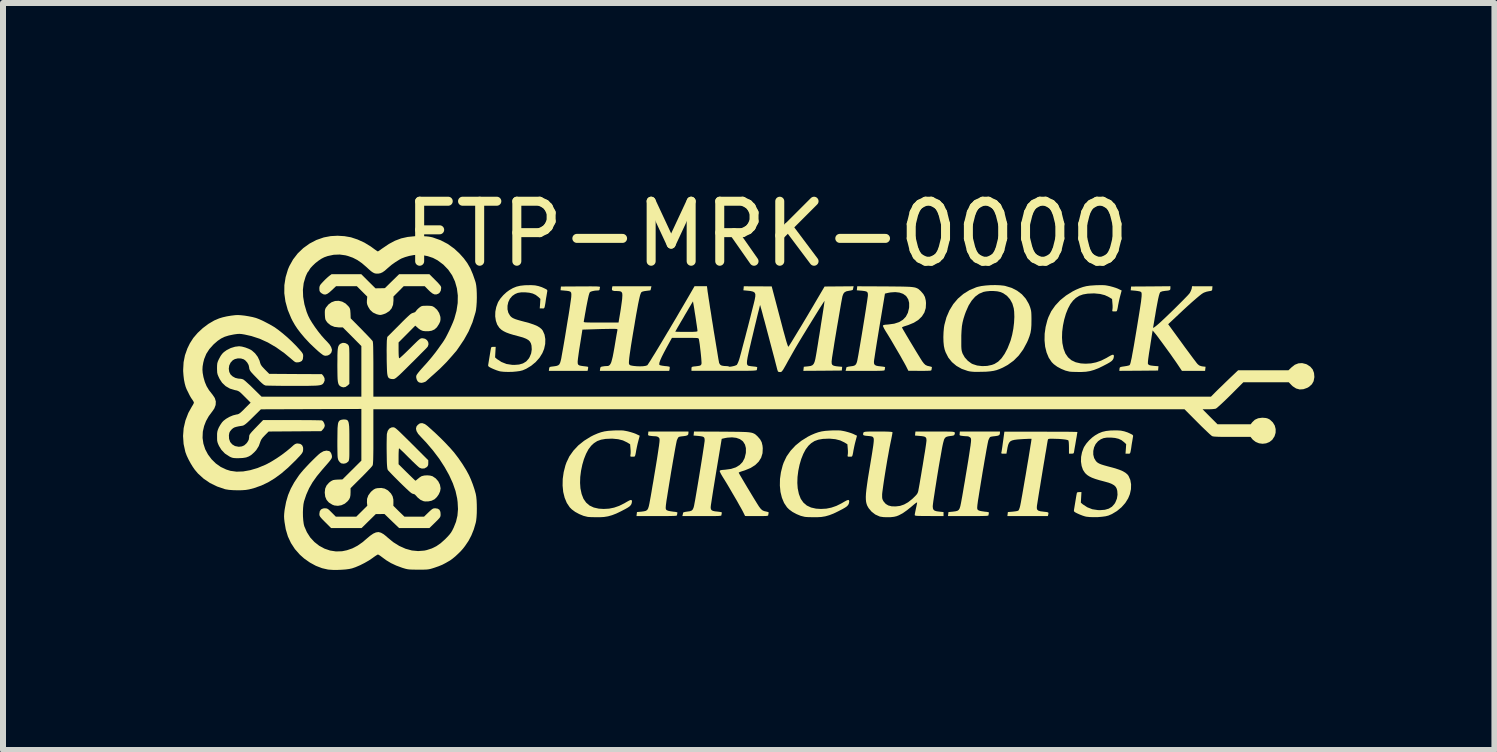
<source format=kicad_pcb>
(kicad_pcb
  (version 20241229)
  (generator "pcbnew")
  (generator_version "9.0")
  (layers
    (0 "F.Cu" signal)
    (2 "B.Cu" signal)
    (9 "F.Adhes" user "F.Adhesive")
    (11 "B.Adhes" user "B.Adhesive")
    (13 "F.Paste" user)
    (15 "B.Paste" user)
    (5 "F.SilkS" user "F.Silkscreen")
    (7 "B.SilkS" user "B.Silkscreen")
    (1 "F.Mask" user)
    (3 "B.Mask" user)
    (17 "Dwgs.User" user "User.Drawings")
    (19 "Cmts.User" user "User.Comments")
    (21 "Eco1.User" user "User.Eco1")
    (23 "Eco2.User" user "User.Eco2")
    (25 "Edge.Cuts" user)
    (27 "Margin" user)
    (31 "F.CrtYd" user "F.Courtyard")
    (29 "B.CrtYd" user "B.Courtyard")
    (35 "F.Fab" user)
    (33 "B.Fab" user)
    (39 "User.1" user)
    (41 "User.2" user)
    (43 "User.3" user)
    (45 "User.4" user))
  (footprint "FTP-MRK-0000"
    (layer "F.Cu")
    (at 9.728 3.896)
    (property "Reference" "FTP-MRK-0000" (at 0 -3.048 0) (unlocked yes) (layer "F.SilkS") (effects (font (size 1 1) (thickness 0.15))))
    (attr exclude_from_pos_files exclude_from_bom)
    (fp_poly (pts (xy -7.026 -1.23) (xy -6.991 -1.213) (xy -6.979 -1.201) (xy -6.973 -1.194) (xy -6.968 -1.185) (xy -6.964 -1.174) (xy -6.961 -1.157) (xy -6.959 -1.133) (xy -6.958 -1.099) (xy -6.957 -1.053) (xy -6.957 -0.993) (xy -6.957 -0.917) (xy -6.957 -0.863) (xy -6.957 -0.55) (xy -6.984 -0.524) (xy -7.022 -0.498) (xy -7.059 -0.492) (xy -7.093 -0.502) (xy -7.11 -0.512) (xy -7.124 -0.524) (xy -7.135 -0.54) (xy -7.143 -0.562) (xy -7.149 -0.592) (xy -7.153 -0.634) (xy -7.155 -0.688) (xy -7.156 -0.757) (xy -7.157 -0.844) (xy -7.157 -0.863) (xy -7.156 -0.952) (xy -7.156 -1.024) (xy -7.154 -1.08) (xy -7.151 -1.123) (xy -7.146 -1.155) (xy -7.139 -1.179) (xy -7.129 -1.196) (xy -7.117 -1.21) (xy -7.101 -1.221) (xy -7.099 -1.222) (xy -7.065 -1.234)) (stroke (width 0) (type solid)) (fill yes) (layer "F.SilkS"))
    (fp_poly (pts (xy -7.028 0.044) (xy -7.008 0.047) (xy -6.992 0.054) (xy -6.98 0.067) (xy -6.971 0.088) (xy -6.965 0.118) (xy -6.96 0.161) (xy -6.958 0.217) (xy -6.957 0.289) (xy -6.957 0.378) (xy -6.957 0.417) (xy -6.957 0.503) (xy -6.957 0.572) (xy -6.957 0.625) (xy -6.958 0.664) (xy -6.96 0.693) (xy -6.963 0.713) (xy -6.966 0.727) (xy -6.97 0.737) (xy -6.976 0.744) (xy -6.979 0.748) (xy -7.011 0.771) (xy -7.05 0.78) (xy -7.088 0.775) (xy -7.097 0.771) (xy -7.118 0.753) (xy -7.137 0.727) (xy -7.139 0.723) (xy -7.144 0.711) (xy -7.148 0.695) (xy -7.152 0.674) (xy -7.154 0.645) (xy -7.155 0.605) (xy -7.156 0.553) (xy -7.157 0.485) (xy -7.157 0.411) (xy -7.156 0.319) (xy -7.155 0.246) (xy -7.154 0.188) (xy -7.15 0.144) (xy -7.146 0.112) (xy -7.139 0.088) (xy -7.13 0.072) (xy -7.119 0.061) (xy -7.108 0.054) (xy -7.084 0.047) (xy -7.054 0.043) (xy -7.053 0.043)) (stroke (width 0) (type solid)) (fill yes) (layer "F.SilkS"))
    (fp_poly (pts (xy -6.64 -2.259) (xy -6.522 -2.142) (xy -6.443 -2.143) (xy -6.365 -2.145) (xy -6.247 -2.261) (xy -6.128 -2.377) (xy -5.876 -2.377) (xy -5.623 -2.377) (xy -5.525 -2.279) (xy -5.484 -2.238) (xy -5.457 -2.207) (xy -5.439 -2.185) (xy -5.43 -2.168) (xy -5.427 -2.152) (xy -5.427 -2.149) (xy -5.434 -2.102) (xy -5.455 -2.067) (xy -5.477 -2.051) (xy -5.509 -2.04) (xy -5.539 -2.041) (xy -5.572 -2.056) (xy -5.61 -2.086) (xy -5.637 -2.112) (xy -5.701 -2.177) (xy -5.877 -2.177) (xy -6.052 -2.177) (xy -6.137 -2.091) (xy -6.222 -2.006) (xy -6.222 -1.938) (xy -6.229 -1.867) (xy -6.253 -1.808) (xy -6.292 -1.762) (xy -6.348 -1.726) (xy -6.381 -1.713) (xy -6.417 -1.702) (xy -6.444 -1.698) (xy -6.47 -1.702) (xy -6.504 -1.711) (xy -6.564 -1.739) (xy -6.611 -1.782) (xy -6.642 -1.832) (xy -6.658 -1.868) (xy -6.665 -1.898) (xy -6.665 -1.933) (xy -6.664 -1.946) (xy -6.659 -2.004) (xy -6.745 -2.09) (xy -6.832 -2.177) (xy -7.006 -2.177) (xy -7.179 -2.177) (xy -7.248 -2.112) (xy -7.293 -2.072) (xy -7.328 -2.048) (xy -7.359 -2.038) (xy -7.388 -2.042) (xy -7.418 -2.058) (xy -7.431 -2.068) (xy -7.447 -2.084) (xy -7.455 -2.105) (xy -7.457 -2.137) (xy -7.456 -2.161) (xy -7.451 -2.18) (xy -7.441 -2.2) (xy -7.421 -2.224) (xy -7.394 -2.253) (xy -7.361 -2.287) (xy -7.327 -2.319) (xy -7.299 -2.343) (xy -7.293 -2.348) (xy -7.254 -2.377) (xy -7.006 -2.377) (xy -6.758 -2.377)) (stroke (width 0) (type solid)) (fill yes) (layer "F.SilkS"))
    (fp_poly (pts (xy -6.369 1.195) (xy -6.319 1.222) (xy -6.308 1.231) (xy -6.264 1.276) (xy -6.237 1.322) (xy -6.224 1.376) (xy -6.223 1.415) (xy -6.224 1.482) (xy -6.132 1.573) (xy -6.039 1.663) (xy -5.876 1.663) (xy -5.713 1.663) (xy -5.641 1.593) (xy -5.607 1.561) (xy -5.583 1.541) (xy -5.564 1.529) (xy -5.547 1.524) (xy -5.526 1.523) (xy -5.524 1.523) (xy -5.483 1.53) (xy -5.455 1.549) (xy -5.44 1.583) (xy -5.437 1.62) (xy -5.437 1.64) (xy -5.44 1.657) (xy -5.447 1.673) (xy -5.461 1.691) (xy -5.484 1.716) (xy -5.519 1.751) (xy -5.53 1.762) (xy -5.624 1.853) (xy -5.876 1.853) (xy -6.128 1.853) (xy -6.25 1.736) (xy -6.372 1.618) (xy -6.444 1.619) (xy -6.516 1.619) (xy -6.635 1.736) (xy -6.754 1.853) (xy -7.007 1.853) (xy -7.261 1.853) (xy -7.359 1.755) (xy -7.398 1.716) (xy -7.425 1.687) (xy -7.442 1.666) (xy -7.452 1.649) (xy -7.456 1.634) (xy -7.457 1.617) (xy -7.45 1.572) (xy -7.429 1.542) (xy -7.395 1.526) (xy -7.368 1.523) (xy -7.346 1.524) (xy -7.328 1.528) (xy -7.31 1.538) (xy -7.288 1.557) (xy -7.257 1.588) (xy -7.252 1.593) (xy -7.182 1.663) (xy -7.012 1.663) (xy -6.842 1.663) (xy -6.75 1.572) (xy -6.658 1.48) (xy -6.664 1.428) (xy -6.662 1.365) (xy -6.641 1.307) (xy -6.601 1.253) (xy -6.587 1.239) (xy -6.553 1.211) (xy -6.523 1.195) (xy -6.492 1.188) (xy -6.425 1.184)) (stroke (width 0) (type solid)) (fill yes) (layer "F.SilkS"))
    (fp_poly (pts (xy -1.307 0.266) (xy -1.31 0.29) (xy -1.323 0.306) (xy -1.348 0.315) (xy -1.388 0.321) (xy -1.424 0.325) (xy -1.454 0.33) (xy -1.469 0.335) (xy -1.481 0.349) (xy -1.494 0.376) (xy -1.502 0.396) (xy -1.506 0.417) (xy -1.514 0.455) (xy -1.524 0.508) (xy -1.536 0.574) (xy -1.549 0.649) (xy -1.564 0.733) (xy -1.579 0.822) (xy -1.595 0.914) (xy -1.61 1.007) (xy -1.625 1.097) (xy -1.639 1.184) (xy -1.652 1.264) (xy -1.663 1.335) (xy -1.673 1.395) (xy -1.679 1.441) (xy -1.683 1.47) (xy -1.683 1.472) (xy -1.686 1.509) (xy -1.685 1.531) (xy -1.68 1.544) (xy -1.67 1.554) (xy -1.666 1.556) (xy -1.644 1.565) (xy -1.61 1.572) (xy -1.569 1.578) (xy -1.564 1.579) (xy -1.524 1.583) (xy -1.501 1.588) (xy -1.491 1.594) (xy -1.491 1.6) (xy -1.496 1.623) (xy -1.497 1.634) (xy -1.497 1.639) (xy -1.501 1.643) (xy -1.509 1.646) (xy -1.525 1.649) (xy -1.549 1.65) (xy -1.584 1.651) (xy -1.631 1.652) (xy -1.693 1.653) (xy -1.772 1.653) (xy -1.835 1.653) (xy -2.173 1.653) (xy -2.169 1.619) (xy -2.165 1.586) (xy -2.091 1.579) (xy -2.047 1.573) (xy -2.016 1.565) (xy -1.994 1.55) (xy -1.979 1.525) (xy -1.967 1.487) (xy -1.956 1.435) (xy -1.947 1.385) (xy -1.935 1.32) (xy -1.922 1.245) (xy -1.908 1.16) (xy -1.892 1.07) (xy -1.877 0.977) (xy -1.861 0.883) (xy -1.846 0.792) (xy -1.832 0.707) (xy -1.82 0.629) (xy -1.81 0.562) (xy -1.802 0.508) (xy -1.796 0.471) (xy -1.796 0.466) (xy -1.79 0.419) (xy -1.788 0.388) (xy -1.789 0.368) (xy -1.793 0.355) (xy -1.801 0.344) (xy -1.802 0.343) (xy -1.827 0.328) (xy -1.851 0.323) (xy -1.88 0.322) (xy -1.917 0.319) (xy -1.932 0.317) (xy -1.962 0.313) (xy -1.976 0.307) (xy -1.98 0.296) (xy -1.978 0.277) (xy -1.975 0.244) (xy -1.641 0.244) (xy -1.307 0.244)) (stroke (width 0) (type solid)) (fill yes) (layer "F.SilkS"))
    (fp_poly (pts (xy 3.883 0.266) (xy 3.88 0.29) (xy 3.867 0.306) (xy 3.842 0.315) (xy 3.802 0.321) (xy 3.766 0.325) (xy 3.736 0.33) (xy 3.721 0.335) (xy 3.709 0.349) (xy 3.696 0.376) (xy 3.688 0.396) (xy 3.684 0.417) (xy 3.676 0.455) (xy 3.666 0.508) (xy 3.654 0.574) (xy 3.641 0.649) (xy 3.626 0.733) (xy 3.611 0.822) (xy 3.595 0.914) (xy 3.58 1.007) (xy 3.565 1.097) (xy 3.551 1.184) (xy 3.538 1.264) (xy 3.527 1.335) (xy 3.517 1.395) (xy 3.511 1.441) (xy 3.507 1.47) (xy 3.507 1.472) (xy 3.504 1.509) (xy 3.505 1.531) (xy 3.51 1.544) (xy 3.52 1.554) (xy 3.524 1.556) (xy 3.546 1.565) (xy 3.58 1.572) (xy 3.621 1.578) (xy 3.626 1.579) (xy 3.666 1.583) (xy 3.689 1.588) (xy 3.699 1.594) (xy 3.699 1.6) (xy 3.694 1.623) (xy 3.693 1.634) (xy 3.693 1.639) (xy 3.689 1.643) (xy 3.681 1.646) (xy 3.665 1.649) (xy 3.641 1.65) (xy 3.606 1.651) (xy 3.559 1.652) (xy 3.497 1.653) (xy 3.418 1.653) (xy 3.355 1.653) (xy 3.017 1.653) (xy 3.021 1.619) (xy 3.025 1.586) (xy 3.099 1.579) (xy 3.143 1.573) (xy 3.174 1.565) (xy 3.196 1.55) (xy 3.211 1.525) (xy 3.223 1.487) (xy 3.234 1.435) (xy 3.243 1.385) (xy 3.255 1.32) (xy 3.268 1.245) (xy 3.282 1.16) (xy 3.298 1.07) (xy 3.313 0.977) (xy 3.329 0.883) (xy 3.344 0.792) (xy 3.358 0.707) (xy 3.37 0.629) (xy 3.38 0.562) (xy 3.388 0.508) (xy 3.394 0.471) (xy 3.394 0.466) (xy 3.4 0.419) (xy 3.402 0.388) (xy 3.401 0.368) (xy 3.397 0.355) (xy 3.389 0.344) (xy 3.388 0.343) (xy 3.363 0.328) (xy 3.339 0.323) (xy 3.31 0.322) (xy 3.273 0.319) (xy 3.258 0.317) (xy 3.228 0.313) (xy 3.214 0.307) (xy 3.21 0.296) (xy 3.212 0.277) (xy 3.215 0.244) (xy 3.549 0.244) (xy 3.883 0.244)) (stroke (width 0) (type solid)) (fill yes) (layer "F.SilkS"))
    (fp_poly (pts (xy -6.22 0.174) (xy -6.21 0.176) (xy -6.198 0.182) (xy -6.182 0.193) (xy -6.163 0.209) (xy -6.136 0.233) (xy -6.103 0.265) (xy -6.06 0.307) (xy -6.006 0.36) (xy -5.94 0.425) (xy -5.917 0.448) (xy -5.642 0.723) (xy -5.642 0.769) (xy -5.644 0.801) (xy -5.654 0.823) (xy -5.67 0.839) (xy -5.707 0.859) (xy -5.75 0.861) (xy -5.785 0.849) (xy -5.8 0.838) (xy -5.826 0.815) (xy -5.861 0.782) (xy -5.903 0.742) (xy -5.949 0.696) (xy -5.967 0.679) (xy -6.012 0.634) (xy -6.053 0.593) (xy -6.087 0.561) (xy -6.112 0.537) (xy -6.127 0.525) (xy -6.129 0.523) (xy -6.132 0.533) (xy -6.134 0.558) (xy -6.136 0.597) (xy -6.137 0.644) (xy -6.137 0.656) (xy -6.137 0.789) (xy -5.999 0.926) (xy -5.956 0.968) (xy -5.918 1.005) (xy -5.887 1.035) (xy -5.866 1.055) (xy -5.855 1.063) (xy -5.855 1.063) (xy -5.845 1.057) (xy -5.826 1.041) (xy -5.815 1.032) (xy -5.787 1.009) (xy -5.757 0.99) (xy -5.75 0.987) (xy -5.709 0.977) (xy -5.66 0.974) (xy -5.611 0.978) (xy -5.571 0.989) (xy -5.57 0.99) (xy -5.518 1.025) (xy -5.476 1.073) (xy -5.448 1.129) (xy -5.437 1.189) (xy -5.437 1.194) (xy -5.445 1.24) (xy -5.467 1.29) (xy -5.499 1.336) (xy -5.538 1.373) (xy -5.542 1.375) (xy -5.587 1.397) (xy -5.641 1.408) (xy -5.696 1.409) (xy -5.723 1.404) (xy -5.772 1.382) (xy -5.819 1.344) (xy -5.841 1.319) (xy -5.867 1.292) (xy -5.892 1.283) (xy -5.894 1.283) (xy -5.905 1.28) (xy -5.922 1.271) (xy -5.945 1.253) (xy -5.976 1.225) (xy -6.017 1.187) (xy -6.07 1.136) (xy -6.111 1.096) (xy -6.162 1.045) (xy -6.21 0.997) (xy -6.251 0.955) (xy -6.284 0.92) (xy -6.307 0.896) (xy -6.317 0.883) (xy -6.321 0.872) (xy -6.325 0.853) (xy -6.328 0.825) (xy -6.331 0.786) (xy -6.333 0.733) (xy -6.334 0.664) (xy -6.335 0.598) (xy -6.336 0.525) (xy -6.336 0.455) (xy -6.335 0.393) (xy -6.334 0.34) (xy -6.333 0.302) (xy -6.332 0.284) (xy -6.318 0.233) (xy -6.293 0.197) (xy -6.258 0.177) (xy -6.23 0.173)) (stroke (width 0) (type solid)) (fill yes) (layer "F.SilkS"))
    (fp_poly (pts (xy -5.622 -1.851) (xy -5.592 -1.848) (xy -5.569 -1.842) (xy -5.548 -1.83) (xy -5.539 -1.824) (xy -5.495 -1.784) (xy -5.461 -1.731) (xy -5.442 -1.673) (xy -5.439 -1.653) (xy -5.439 -1.617) (xy -5.445 -1.586) (xy -5.462 -1.55) (xy -5.463 -1.548) (xy -5.498 -1.493) (xy -5.538 -1.457) (xy -5.585 -1.436) (xy -5.632 -1.428) (xy -5.688 -1.427) (xy -5.731 -1.432) (xy -5.766 -1.446) (xy -5.801 -1.469) (xy -5.812 -1.479) (xy -5.859 -1.52) (xy -5.998 -1.38) (xy -6.137 -1.24) (xy -6.137 -1.108) (xy -6.136 -1.051) (xy -6.134 -1.012) (xy -6.131 -0.988) (xy -6.127 -0.978) (xy -6.124 -0.977) (xy -6.114 -0.983) (xy -6.092 -1.003) (xy -6.06 -1.032) (xy -6.02 -1.07) (xy -5.975 -1.114) (xy -5.944 -1.144) (xy -5.891 -1.197) (xy -5.85 -1.237) (xy -5.819 -1.267) (xy -5.796 -1.287) (xy -5.779 -1.3) (xy -5.765 -1.307) (xy -5.752 -1.31) (xy -5.739 -1.31) (xy -5.735 -1.31) (xy -5.695 -1.301) (xy -5.664 -1.279) (xy -5.644 -1.248) (xy -5.638 -1.212) (xy -5.648 -1.177) (xy -5.656 -1.165) (xy -5.667 -1.152) (xy -5.691 -1.127) (xy -5.726 -1.092) (xy -5.77 -1.048) (xy -5.82 -0.997) (xy -5.877 -0.94) (xy -5.932 -0.886) (xy -5.999 -0.819) (xy -6.054 -0.765) (xy -6.098 -0.722) (xy -6.133 -0.689) (xy -6.16 -0.666) (xy -6.18 -0.649) (xy -6.196 -0.639) (xy -6.208 -0.633) (xy -6.219 -0.63) (xy -6.225 -0.63) (xy -6.256 -0.631) (xy -6.281 -0.637) (xy -6.283 -0.638) (xy -6.297 -0.646) (xy -6.308 -0.657) (xy -6.316 -0.673) (xy -6.322 -0.696) (xy -6.327 -0.729) (xy -6.33 -0.773) (xy -6.332 -0.832) (xy -6.334 -0.907) (xy -6.335 -0.962) (xy -6.335 -1.035) (xy -6.336 -1.105) (xy -6.335 -1.168) (xy -6.334 -1.22) (xy -6.333 -1.258) (xy -6.332 -1.277) (xy -6.325 -1.332) (xy -6.128 -1.529) (xy -6.069 -1.589) (xy -6.021 -1.636) (xy -5.984 -1.671) (xy -5.956 -1.697) (xy -5.934 -1.715) (xy -5.917 -1.725) (xy -5.903 -1.731) (xy -5.895 -1.733) (xy -5.862 -1.745) (xy -5.846 -1.764) (xy -5.83 -1.785) (xy -5.805 -1.809) (xy -5.792 -1.82) (xy -5.772 -1.835) (xy -5.753 -1.845) (xy -5.731 -1.85) (xy -5.7 -1.851) (xy -5.666 -1.852)) (stroke (width 0) (type solid)) (fill yes) (layer "F.SilkS"))
    (fp_poly (pts (xy -2.433 0.225) (xy -2.394 0.227) (xy -2.358 0.233) (xy -2.318 0.241) (xy -2.314 0.242) (xy -2.266 0.255) (xy -2.218 0.27) (xy -2.179 0.285) (xy -2.172 0.289) (xy -2.119 0.314) (xy -2.141 0.396) (xy -2.154 0.446) (xy -2.166 0.5) (xy -2.175 0.546) (xy -2.176 0.548) (xy -2.184 0.597) (xy -2.191 0.63) (xy -2.197 0.65) (xy -2.204 0.66) (xy -2.215 0.663) (xy -2.231 0.663) (xy -2.238 0.663) (xy -2.264 0.663) (xy -2.275 0.657) (xy -2.275 0.643) (xy -2.273 0.631) (xy -2.27 0.604) (xy -2.27 0.567) (xy -2.273 0.527) (xy -2.279 0.456) (xy -2.33 0.425) (xy -2.399 0.392) (xy -2.478 0.372) (xy -2.57 0.363) (xy -2.597 0.363) (xy -2.688 0.367) (xy -2.763 0.38) (xy -2.827 0.403) (xy -2.883 0.439) (xy -2.928 0.481) (xy -2.973 0.54) (xy -3.013 0.615) (xy -3.048 0.702) (xy -3.076 0.798) (xy -3.097 0.899) (xy -3.11 1.001) (xy -3.113 1.1) (xy -3.107 1.19) (xy -3.087 1.285) (xy -3.056 1.365) (xy -3.012 1.428) (xy -2.955 1.477) (xy -2.885 1.51) (xy -2.801 1.529) (xy -2.72 1.534) (xy -2.63 1.529) (xy -2.546 1.512) (xy -2.462 1.483) (xy -2.374 1.439) (xy -2.335 1.416) (xy -2.295 1.394) (xy -2.268 1.384) (xy -2.253 1.388) (xy -2.248 1.405) (xy -2.251 1.428) (xy -2.257 1.451) (xy -2.269 1.471) (xy -2.288 1.491) (xy -2.318 1.512) (xy -2.36 1.536) (xy -2.418 1.566) (xy -2.429 1.572) (xy -2.51 1.611) (xy -2.58 1.638) (xy -2.647 1.657) (xy -2.715 1.668) (xy -2.79 1.672) (xy -2.836 1.672) (xy -2.886 1.671) (xy -2.931 1.67) (xy -2.966 1.668) (xy -2.986 1.666) (xy -2.987 1.666) (xy -3.056 1.649) (xy -3.126 1.62) (xy -3.193 1.584) (xy -3.25 1.542) (xy -3.285 1.507) (xy -3.334 1.434) (xy -3.37 1.347) (xy -3.394 1.25) (xy -3.404 1.145) (xy -3.402 1.034) (xy -3.386 0.921) (xy -3.357 0.808) (xy -3.34 0.76) (xy -3.292 0.659) (xy -3.225 0.564) (xy -3.143 0.476) (xy -3.046 0.398) (xy -2.937 0.33) (xy -2.884 0.303) (xy -2.821 0.276) (xy -2.764 0.256) (xy -2.708 0.242) (xy -2.646 0.233) (xy -2.573 0.228) (xy -2.542 0.226) (xy -2.48 0.225)) (stroke (width 0) (type solid)) (fill yes) (layer "F.SilkS"))
    (fp_poly (pts (xy 1.187 0.225) (xy 1.226 0.227) (xy 1.262 0.233) (xy 1.302 0.241) (xy 1.306 0.242) (xy 1.354 0.255) (xy 1.402 0.27) (xy 1.441 0.285) (xy 1.448 0.289) (xy 1.501 0.314) (xy 1.479 0.396) (xy 1.466 0.446) (xy 1.454 0.5) (xy 1.445 0.546) (xy 1.444 0.548) (xy 1.436 0.597) (xy 1.429 0.63) (xy 1.423 0.65) (xy 1.416 0.66) (xy 1.405 0.663) (xy 1.389 0.663) (xy 1.382 0.663) (xy 1.356 0.663) (xy 1.345 0.657) (xy 1.345 0.643) (xy 1.347 0.631) (xy 1.35 0.604) (xy 1.35 0.567) (xy 1.347 0.527) (xy 1.341 0.456) (xy 1.29 0.425) (xy 1.221 0.392) (xy 1.142 0.372) (xy 1.05 0.363) (xy 1.023 0.363) (xy 0.932 0.367) (xy 0.857 0.38) (xy 0.793 0.403) (xy 0.737 0.439) (xy 0.692 0.481) (xy 0.647 0.54) (xy 0.607 0.615) (xy 0.572 0.702) (xy 0.544 0.798) (xy 0.523 0.899) (xy 0.51 1.001) (xy 0.507 1.1) (xy 0.513 1.19) (xy 0.533 1.285) (xy 0.564 1.365) (xy 0.608 1.428) (xy 0.665 1.477) (xy 0.735 1.51) (xy 0.819 1.529) (xy 0.9 1.534) (xy 0.99 1.529) (xy 1.074 1.512) (xy 1.158 1.483) (xy 1.246 1.439) (xy 1.285 1.416) (xy 1.325 1.394) (xy 1.352 1.384) (xy 1.367 1.388) (xy 1.372 1.405) (xy 1.369 1.428) (xy 1.363 1.451) (xy 1.351 1.471) (xy 1.332 1.491) (xy 1.302 1.512) (xy 1.26 1.536) (xy 1.202 1.566) (xy 1.191 1.572) (xy 1.11 1.611) (xy 1.04 1.638) (xy 0.973 1.657) (xy 0.905 1.668) (xy 0.83 1.672) (xy 0.784 1.672) (xy 0.734 1.671) (xy 0.689 1.67) (xy 0.654 1.668) (xy 0.634 1.666) (xy 0.633 1.666) (xy 0.564 1.649) (xy 0.494 1.62) (xy 0.427 1.584) (xy 0.37 1.542) (xy 0.335 1.507) (xy 0.286 1.434) (xy 0.25 1.347) (xy 0.226 1.25) (xy 0.216 1.145) (xy 0.218 1.034) (xy 0.234 0.921) (xy 0.263 0.808) (xy 0.28 0.76) (xy 0.328 0.659) (xy 0.395 0.564) (xy 0.477 0.476) (xy 0.574 0.398) (xy 0.683 0.33) (xy 0.736 0.303) (xy 0.799 0.276) (xy 0.856 0.256) (xy 0.912 0.242) (xy 0.974 0.233) (xy 1.047 0.228) (xy 1.078 0.226) (xy 1.14 0.225)) (stroke (width 0) (type solid)) (fill yes) (layer "F.SilkS"))
    (fp_poly (pts (xy 5.597 -2.195) (xy 5.636 -2.193) (xy 5.672 -2.187) (xy 5.712 -2.179) (xy 5.716 -2.178) (xy 5.764 -2.165) (xy 5.812 -2.15) (xy 5.851 -2.135) (xy 5.858 -2.131) (xy 5.911 -2.106) (xy 5.889 -2.024) (xy 5.876 -1.974) (xy 5.864 -1.92) (xy 5.855 -1.874) (xy 5.854 -1.872) (xy 5.846 -1.823) (xy 5.839 -1.79) (xy 5.833 -1.77) (xy 5.826 -1.76) (xy 5.815 -1.757) (xy 5.799 -1.757) (xy 5.792 -1.757) (xy 5.766 -1.757) (xy 5.755 -1.763) (xy 5.755 -1.777) (xy 5.757 -1.789) (xy 5.76 -1.816) (xy 5.76 -1.853) (xy 5.757 -1.893) (xy 5.751 -1.964) (xy 5.7 -1.995) (xy 5.631 -2.028) (xy 5.552 -2.048) (xy 5.46 -2.057) (xy 5.433 -2.057) (xy 5.342 -2.053) (xy 5.267 -2.04) (xy 5.203 -2.017) (xy 5.147 -1.981) (xy 5.102 -1.939) (xy 5.057 -1.88) (xy 5.017 -1.805) (xy 4.982 -1.718) (xy 4.954 -1.622) (xy 4.933 -1.521) (xy 4.92 -1.419) (xy 4.917 -1.32) (xy 4.923 -1.23) (xy 4.943 -1.135) (xy 4.974 -1.055) (xy 5.018 -0.992) (xy 5.075 -0.943) (xy 5.145 -0.91) (xy 5.229 -0.891) (xy 5.31 -0.886) (xy 5.4 -0.891) (xy 5.484 -0.908) (xy 5.568 -0.937) (xy 5.656 -0.981) (xy 5.695 -1.004) (xy 5.735 -1.026) (xy 5.762 -1.036) (xy 5.777 -1.032) (xy 5.782 -1.015) (xy 5.779 -0.992) (xy 5.773 -0.969) (xy 5.761 -0.949) (xy 5.742 -0.929) (xy 5.712 -0.908) (xy 5.67 -0.884) (xy 5.612 -0.854) (xy 5.601 -0.848) (xy 5.52 -0.809) (xy 5.45 -0.782) (xy 5.383 -0.763) (xy 5.315 -0.752) (xy 5.24 -0.748) (xy 5.194 -0.748) (xy 5.144 -0.749) (xy 5.099 -0.75) (xy 5.064 -0.752) (xy 5.044 -0.754) (xy 5.043 -0.754) (xy 4.974 -0.771) (xy 4.904 -0.8) (xy 4.837 -0.836) (xy 4.78 -0.878) (xy 4.745 -0.913) (xy 4.696 -0.986) (xy 4.66 -1.073) (xy 4.636 -1.17) (xy 4.626 -1.275) (xy 4.628 -1.386) (xy 4.644 -1.499) (xy 4.673 -1.612) (xy 4.69 -1.66) (xy 4.738 -1.761) (xy 4.805 -1.856) (xy 4.887 -1.944) (xy 4.984 -2.022) (xy 5.093 -2.09) (xy 5.146 -2.117) (xy 5.209 -2.144) (xy 5.266 -2.164) (xy 5.322 -2.178) (xy 5.384 -2.187) (xy 5.457 -2.192) (xy 5.488 -2.194) (xy 5.55 -2.195)) (stroke (width 0) (type solid)) (fill yes) (layer "F.SilkS"))
    (fp_poly (pts (xy 3.884 -2.193) (xy 3.95 -2.186) (xy 3.97 -2.182) (xy 4.076 -2.15) (xy 4.169 -2.103) (xy 4.249 -2.042) (xy 4.314 -1.968) (xy 4.365 -1.88) (xy 4.385 -1.829) (xy 4.394 -1.799) (xy 4.401 -1.771) (xy 4.405 -1.74) (xy 4.407 -1.7) (xy 4.408 -1.648) (xy 4.408 -1.612) (xy 4.407 -1.529) (xy 4.402 -1.46) (xy 4.392 -1.4) (xy 4.375 -1.343) (xy 4.352 -1.282) (xy 4.333 -1.24) (xy 4.27 -1.123) (xy 4.196 -1.022) (xy 4.11 -0.936) (xy 4.012 -0.865) (xy 3.931 -0.821) (xy 3.876 -0.797) (xy 3.827 -0.779) (xy 3.777 -0.767) (xy 3.723 -0.759) (xy 3.658 -0.753) (xy 3.579 -0.751) (xy 3.578 -0.751) (xy 3.511 -0.75) (xy 3.46 -0.75) (xy 3.419 -0.753) (xy 3.384 -0.757) (xy 3.351 -0.764) (xy 3.347 -0.765) (xy 3.246 -0.8) (xy 3.158 -0.85) (xy 3.083 -0.913) (xy 3.022 -0.989) (xy 2.977 -1.078) (xy 2.961 -1.125) (xy 2.949 -1.181) (xy 2.942 -1.252) (xy 2.941 -1.292) (xy 3.239 -1.292) (xy 3.239 -1.226) (xy 3.239 -1.177) (xy 3.241 -1.14) (xy 3.244 -1.112) (xy 3.249 -1.09) (xy 3.256 -1.068) (xy 3.261 -1.054) (xy 3.296 -0.992) (xy 3.346 -0.936) (xy 3.405 -0.892) (xy 3.428 -0.88) (xy 3.502 -0.856) (xy 3.585 -0.846) (xy 3.669 -0.849) (xy 3.749 -0.866) (xy 3.792 -0.882) (xy 3.853 -0.92) (xy 3.91 -0.977) (xy 3.962 -1.052) (xy 4.01 -1.143) (xy 4.052 -1.249) (xy 4.062 -1.277) (xy 4.087 -1.37) (xy 4.106 -1.469) (xy 4.118 -1.569) (xy 4.123 -1.666) (xy 4.12 -1.753) (xy 4.113 -1.808) (xy 4.09 -1.888) (xy 4.051 -1.959) (xy 4 -2.017) (xy 3.938 -2.06) (xy 3.888 -2.081) (xy 3.839 -2.092) (xy 3.778 -2.097) (xy 3.714 -2.097) (xy 3.653 -2.091) (xy 3.607 -2.082) (xy 3.535 -2.051) (xy 3.47 -2.003) (xy 3.412 -1.937) (xy 3.36 -1.854) (xy 3.315 -1.752) (xy 3.298 -1.706) (xy 3.276 -1.637) (xy 3.26 -1.573) (xy 3.249 -1.509) (xy 3.243 -1.438) (xy 3.239 -1.357) (xy 3.239 -1.292) (xy 2.941 -1.292) (xy 2.94 -1.33) (xy 2.943 -1.411) (xy 2.95 -1.488) (xy 2.957 -1.531) (xy 2.991 -1.658) (xy 3.041 -1.774) (xy 3.105 -1.879) (xy 3.183 -1.971) (xy 3.274 -2.049) (xy 3.377 -2.113) (xy 3.49 -2.16) (xy 3.514 -2.167) (xy 3.573 -2.18) (xy 3.645 -2.189) (xy 3.726 -2.195) (xy 3.807 -2.196)) (stroke (width 0) (type solid)) (fill yes) (layer "F.SilkS"))
    (fp_poly (pts (xy 4.565 0.246) (xy 4.673 0.247) (xy 4.776 0.247) (xy 4.87 0.247) (xy 4.954 0.248) (xy 5.028 0.248) (xy 5.088 0.249) (xy 5.133 0.25) (xy 5.162 0.251) (xy 5.173 0.252) (xy 5.173 0.252) (xy 5.172 0.263) (xy 5.167 0.29) (xy 5.161 0.33) (xy 5.152 0.378) (xy 5.148 0.402) (xy 5.139 0.457) (xy 5.13 0.507) (xy 5.123 0.548) (xy 5.119 0.575) (xy 5.118 0.581) (xy 5.113 0.602) (xy 5.102 0.611) (xy 5.079 0.613) (xy 5.073 0.613) (xy 5.033 0.613) (xy 5.033 0.511) (xy 5.032 0.466) (xy 5.03 0.428) (xy 5.026 0.402) (xy 5.024 0.393) (xy 5.008 0.385) (xy 4.975 0.378) (xy 4.926 0.372) (xy 4.863 0.367) (xy 4.789 0.365) (xy 4.762 0.364) (xy 4.723 0.364) (xy 4.7 0.366) (xy 4.687 0.37) (xy 4.682 0.38) (xy 4.679 0.391) (xy 4.676 0.408) (xy 4.67 0.442) (xy 4.662 0.491) (xy 4.652 0.554) (xy 4.639 0.626) (xy 4.626 0.707) (xy 4.611 0.794) (xy 4.596 0.885) (xy 4.581 0.977) (xy 4.566 1.068) (xy 4.552 1.155) (xy 4.538 1.238) (xy 4.526 1.312) (xy 4.516 1.376) (xy 4.508 1.427) (xy 4.502 1.464) (xy 4.499 1.484) (xy 4.499 1.484) (xy 4.497 1.521) (xy 4.504 1.546) (xy 4.524 1.563) (xy 4.558 1.573) (xy 4.609 1.579) (xy 4.611 1.58) (xy 4.653 1.584) (xy 4.678 1.589) (xy 4.69 1.597) (xy 4.691 1.611) (xy 4.687 1.631) (xy 4.681 1.653) (xy 4.344 1.653) (xy 4.007 1.653) (xy 4.011 1.619) (xy 4.015 1.586) (xy 4.097 1.579) (xy 4.139 1.574) (xy 4.172 1.568) (xy 4.191 1.56) (xy 4.192 1.559) (xy 4.201 1.543) (xy 4.212 1.513) (xy 4.22 1.482) (xy 4.225 1.458) (xy 4.233 1.418) (xy 4.242 1.365) (xy 4.254 1.3) (xy 4.267 1.225) (xy 4.281 1.143) (xy 4.296 1.056) (xy 4.312 0.965) (xy 4.327 0.874) (xy 4.342 0.784) (xy 4.357 0.698) (xy 4.37 0.617) (xy 4.382 0.543) (xy 4.392 0.48) (xy 4.401 0.428) (xy 4.406 0.391) (xy 4.409 0.37) (xy 4.409 0.366) (xy 4.398 0.365) (xy 4.371 0.365) (xy 4.331 0.367) (xy 4.281 0.369) (xy 4.25 0.371) (xy 4.178 0.376) (xy 4.123 0.383) (xy 4.083 0.393) (xy 4.054 0.409) (xy 4.034 0.433) (xy 4.02 0.466) (xy 4.009 0.511) (xy 4.003 0.547) (xy 3.991 0.613) (xy 3.946 0.613) (xy 3.919 0.613) (xy 3.907 0.608) (xy 3.905 0.598) (xy 3.907 0.591) (xy 3.911 0.574) (xy 3.916 0.54) (xy 3.923 0.495) (xy 3.93 0.442) (xy 3.935 0.407) (xy 3.957 0.246)) (stroke (width 0) (type solid)) (fill yes) (layer "F.SilkS"))
    (fp_poly (pts (xy -3.862 -2.191) (xy -3.805 -2.179) (xy -3.75 -2.161) (xy -3.717 -2.146) (xy -3.684 -2.13) (xy -3.666 -2.119) (xy -3.659 -2.107) (xy -3.659 -2.093) (xy -3.661 -2.084) (xy -3.665 -2.06) (xy -3.671 -2.023) (xy -3.679 -1.978) (xy -3.683 -1.952) (xy -3.691 -1.895) (xy -3.698 -1.856) (xy -3.703 -1.83) (xy -3.71 -1.815) (xy -3.717 -1.808) (xy -3.728 -1.806) (xy -3.743 -1.807) (xy -3.746 -1.807) (xy -3.785 -1.807) (xy -3.779 -1.886) (xy -3.774 -1.966) (xy -3.808 -1.998) (xy -3.852 -2.032) (xy -3.901 -2.055) (xy -3.96 -2.069) (xy -4.025 -2.075) (xy -4.094 -2.075) (xy -4.15 -2.066) (xy -4.196 -2.047) (xy -4.239 -2.017) (xy -4.244 -2.013) (xy -4.283 -1.967) (xy -4.309 -1.912) (xy -4.322 -1.852) (xy -4.322 -1.791) (xy -4.308 -1.734) (xy -4.28 -1.687) (xy -4.264 -1.669) (xy -4.245 -1.654) (xy -4.221 -1.641) (xy -4.19 -1.628) (xy -4.146 -1.614) (xy -4.089 -1.598) (xy -4.044 -1.586) (xy -3.955 -1.562) (xy -3.884 -1.538) (xy -3.828 -1.514) (xy -3.786 -1.489) (xy -3.754 -1.462) (xy -3.734 -1.436) (xy -3.705 -1.37) (xy -3.692 -1.296) (xy -3.694 -1.215) (xy -3.712 -1.133) (xy -3.741 -1.062) (xy -3.789 -0.985) (xy -3.852 -0.914) (xy -3.928 -0.851) (xy -4.011 -0.801) (xy -4.069 -0.776) (xy -4.116 -0.764) (xy -4.176 -0.756) (xy -4.244 -0.75) (xy -4.315 -0.749) (xy -4.381 -0.751) (xy -4.438 -0.757) (xy -4.46 -0.762) (xy -4.501 -0.775) (xy -4.547 -0.793) (xy -4.583 -0.809) (xy -4.617 -0.826) (xy -4.636 -0.839) (xy -4.644 -0.85) (xy -4.644 -0.864) (xy -4.643 -0.872) (xy -4.635 -0.921) (xy -4.626 -0.976) (xy -4.617 -1.03) (xy -4.609 -1.079) (xy -4.603 -1.115) (xy -4.601 -1.124) (xy -4.596 -1.151) (xy -4.588 -1.163) (xy -4.571 -1.166) (xy -4.557 -1.167) (xy -4.519 -1.167) (xy -4.524 -1.079) (xy -4.529 -0.991) (xy -4.497 -0.963) (xy -4.422 -0.914) (xy -4.338 -0.881) (xy -4.245 -0.867) (xy -4.208 -0.866) (xy -4.129 -0.872) (xy -4.064 -0.891) (xy -4.011 -0.923) (xy -3.969 -0.97) (xy -3.953 -0.997) (xy -3.928 -1.058) (xy -3.918 -1.123) (xy -3.922 -1.187) (xy -3.931 -1.222) (xy -3.948 -1.254) (xy -3.974 -1.28) (xy -4.012 -1.302) (xy -4.065 -1.323) (xy -4.133 -1.342) (xy -4.22 -1.365) (xy -4.289 -1.386) (xy -4.345 -1.407) (xy -4.389 -1.429) (xy -4.424 -1.452) (xy -4.453 -1.479) (xy -4.459 -1.485) (xy -4.494 -1.538) (xy -4.516 -1.602) (xy -4.527 -1.675) (xy -4.525 -1.752) (xy -4.51 -1.829) (xy -4.483 -1.903) (xy -4.472 -1.924) (xy -4.438 -1.975) (xy -4.392 -2.028) (xy -4.339 -2.077) (xy -4.293 -2.111) (xy -4.232 -2.146) (xy -4.173 -2.17) (xy -4.109 -2.185) (xy -4.035 -2.193) (xy -4.006 -2.194) (xy -3.928 -2.195)) (stroke (width 0) (type solid)) (fill yes) (layer "F.SilkS"))
    (fp_poly (pts (xy 5.898 0.229) (xy 5.955 0.241) (xy 6.01 0.259) (xy 6.043 0.274) (xy 6.076 0.29) (xy 6.094 0.301) (xy 6.101 0.313) (xy 6.101 0.327) (xy 6.099 0.336) (xy 6.095 0.36) (xy 6.089 0.397) (xy 6.081 0.442) (xy 6.077 0.468) (xy 6.069 0.525) (xy 6.062 0.564) (xy 6.057 0.59) (xy 6.05 0.605) (xy 6.043 0.612) (xy 6.032 0.614) (xy 6.017 0.613) (xy 6.014 0.613) (xy 5.975 0.613) (xy 5.981 0.534) (xy 5.986 0.454) (xy 5.952 0.422) (xy 5.908 0.388) (xy 5.859 0.365) (xy 5.8 0.351) (xy 5.735 0.345) (xy 5.666 0.345) (xy 5.61 0.354) (xy 5.564 0.373) (xy 5.521 0.403) (xy 5.516 0.407) (xy 5.477 0.453) (xy 5.451 0.508) (xy 5.438 0.568) (xy 5.438 0.629) (xy 5.452 0.686) (xy 5.48 0.733) (xy 5.496 0.751) (xy 5.515 0.766) (xy 5.539 0.779) (xy 5.57 0.792) (xy 5.614 0.806) (xy 5.671 0.822) (xy 5.716 0.834) (xy 5.805 0.858) (xy 5.876 0.882) (xy 5.932 0.906) (xy 5.974 0.931) (xy 6.006 0.958) (xy 6.026 0.984) (xy 6.055 1.05) (xy 6.068 1.124) (xy 6.066 1.205) (xy 6.048 1.287) (xy 6.019 1.358) (xy 5.971 1.435) (xy 5.908 1.506) (xy 5.832 1.569) (xy 5.749 1.619) (xy 5.691 1.644) (xy 5.644 1.656) (xy 5.584 1.664) (xy 5.516 1.67) (xy 5.445 1.671) (xy 5.379 1.669) (xy 5.322 1.663) (xy 5.3 1.658) (xy 5.259 1.645) (xy 5.213 1.627) (xy 5.177 1.611) (xy 5.143 1.594) (xy 5.124 1.581) (xy 5.116 1.57) (xy 5.116 1.556) (xy 5.117 1.548) (xy 5.125 1.499) (xy 5.134 1.444) (xy 5.143 1.39) (xy 5.151 1.341) (xy 5.157 1.305) (xy 5.159 1.296) (xy 5.164 1.269) (xy 5.172 1.257) (xy 5.189 1.254) (xy 5.203 1.253) (xy 5.241 1.253) (xy 5.236 1.341) (xy 5.231 1.429) (xy 5.263 1.457) (xy 5.338 1.506) (xy 5.422 1.539) (xy 5.515 1.553) (xy 5.552 1.554) (xy 5.631 1.548) (xy 5.696 1.529) (xy 5.749 1.497) (xy 5.791 1.45) (xy 5.807 1.423) (xy 5.832 1.362) (xy 5.842 1.297) (xy 5.838 1.233) (xy 5.829 1.198) (xy 5.812 1.166) (xy 5.786 1.14) (xy 5.748 1.118) (xy 5.695 1.097) (xy 5.627 1.078) (xy 5.54 1.055) (xy 5.471 1.034) (xy 5.415 1.013) (xy 5.371 0.991) (xy 5.336 0.968) (xy 5.307 0.941) (xy 5.301 0.935) (xy 5.266 0.882) (xy 5.244 0.818) (xy 5.233 0.745) (xy 5.235 0.668) (xy 5.25 0.591) (xy 5.277 0.517) (xy 5.288 0.496) (xy 5.322 0.445) (xy 5.368 0.392) (xy 5.421 0.343) (xy 5.467 0.309) (xy 5.528 0.274) (xy 5.587 0.25) (xy 5.651 0.235) (xy 5.725 0.227) (xy 5.754 0.226) (xy 5.832 0.225)) (stroke (width 0) (type solid)) (fill yes) (layer "F.SilkS"))
    (fp_poly (pts (xy 7.254 -2.176) (xy 7.424 -2.176) (xy 7.421 -2.139) (xy 7.419 -2.117) (xy 7.412 -2.105) (xy 7.395 -2.099) (xy 7.365 -2.094) (xy 7.326 -2.086) (xy 7.289 -2.073) (xy 7.275 -2.067) (xy 7.246 -2.049) (xy 7.204 -2.016) (xy 7.148 -1.969) (xy 7.079 -1.909) (xy 6.997 -1.835) (xy 6.903 -1.748) (xy 6.862 -1.709) (xy 6.686 -1.544) (xy 6.916 -1.228) (xy 6.968 -1.156) (xy 7.018 -1.089) (xy 7.063 -1.028) (xy 7.103 -0.974) (xy 7.136 -0.931) (xy 7.16 -0.899) (xy 7.175 -0.881) (xy 7.176 -0.88) (xy 7.202 -0.858) (xy 7.233 -0.846) (xy 7.258 -0.841) (xy 7.309 -0.835) (xy 7.305 -0.801) (xy 7.301 -0.767) (xy 7.108 -0.767) (xy 6.915 -0.767) (xy 6.834 -0.888) (xy 6.803 -0.933) (xy 6.764 -0.988) (xy 6.721 -1.05) (xy 6.674 -1.114) (xy 6.627 -1.179) (xy 6.581 -1.242) (xy 6.539 -1.298) (xy 6.503 -1.347) (xy 6.474 -1.384) (xy 6.46 -1.401) (xy 6.427 -1.44) (xy 6.41 -1.336) (xy 6.403 -1.288) (xy 6.393 -1.227) (xy 6.383 -1.159) (xy 6.372 -1.092) (xy 6.368 -1.068) (xy 6.36 -1.012) (xy 6.353 -0.962) (xy 6.349 -0.922) (xy 6.348 -0.895) (xy 6.348 -0.887) (xy 6.356 -0.873) (xy 6.371 -0.863) (xy 6.397 -0.856) (xy 6.437 -0.851) (xy 6.456 -0.849) (xy 6.524 -0.844) (xy 6.521 -0.808) (xy 6.518 -0.772) (xy 6.195 -0.769) (xy 5.872 -0.767) (xy 5.875 -0.799) (xy 5.877 -0.815) (xy 5.883 -0.825) (xy 5.897 -0.832) (xy 5.922 -0.837) (xy 5.956 -0.842) (xy 5.994 -0.848) (xy 6.024 -0.855) (xy 6.041 -0.861) (xy 6.042 -0.862) (xy 6.048 -0.87) (xy 6.054 -0.885) (xy 6.061 -0.909) (xy 6.068 -0.942) (xy 6.078 -0.985) (xy 6.088 -1.042) (xy 6.101 -1.111) (xy 6.116 -1.196) (xy 6.133 -1.297) (xy 6.153 -1.416) (xy 6.163 -1.476) (xy 6.183 -1.599) (xy 6.2 -1.703) (xy 6.214 -1.791) (xy 6.225 -1.863) (xy 6.234 -1.922) (xy 6.239 -1.969) (xy 6.243 -2.006) (xy 6.244 -2.033) (xy 6.244 -2.053) (xy 6.241 -2.067) (xy 6.238 -2.076) (xy 6.235 -2.08) (xy 6.216 -2.09) (xy 6.179 -2.097) (xy 6.142 -2.102) (xy 6.062 -2.109) (xy 6.065 -2.14) (xy 6.068 -2.172) (xy 6.396 -2.174) (xy 6.723 -2.177) (xy 6.723 -2.147) (xy 6.722 -2.128) (xy 6.716 -2.116) (xy 6.7 -2.108) (xy 6.671 -2.103) (xy 6.637 -2.1) (xy 6.591 -2.093) (xy 6.56 -2.082) (xy 6.553 -2.076) (xy 6.544 -2.059) (xy 6.532 -2.021) (xy 6.519 -1.965) (xy 6.504 -1.888) (xy 6.486 -1.792) (xy 6.467 -1.677) (xy 6.463 -1.657) (xy 6.455 -1.606) (xy 6.447 -1.56) (xy 6.441 -1.524) (xy 6.437 -1.503) (xy 6.437 -1.503) (xy 6.435 -1.489) (xy 6.437 -1.483) (xy 6.446 -1.487) (xy 6.466 -1.501) (xy 6.494 -1.523) (xy 6.519 -1.544) (xy 6.555 -1.576) (xy 6.599 -1.617) (xy 6.65 -1.665) (xy 6.705 -1.718) (xy 6.763 -1.774) (xy 6.82 -1.83) (xy 6.875 -1.885) (xy 6.926 -1.936) (xy 6.971 -1.982) (xy 7.008 -2.02) (xy 7.033 -2.048) (xy 7.046 -2.064) (xy 7.063 -2.097) (xy 7.076 -2.131) (xy 7.078 -2.139) (xy 7.084 -2.177)) (stroke (width 0) (type solid)) (fill yes) (layer "F.SilkS"))
    (fp_poly (pts (xy -0.753 0.246) (xy -0.638 0.247) (xy -0.541 0.248) (xy -0.46 0.249) (xy -0.394 0.251) (xy -0.341 0.253) (xy -0.298 0.257) (xy -0.264 0.262) (xy -0.237 0.269) (xy -0.216 0.278) (xy -0.197 0.288) (xy -0.181 0.302) (xy -0.164 0.317) (xy -0.154 0.327) (xy -0.113 0.374) (xy -0.087 0.422) (xy -0.073 0.48) (xy -0.069 0.523) (xy -0.073 0.606) (xy -0.096 0.681) (xy -0.137 0.746) (xy -0.195 0.803) (xy -0.271 0.851) (xy -0.365 0.89) (xy -0.396 0.9) (xy -0.431 0.911) (xy -0.457 0.921) (xy -0.469 0.929) (xy -0.47 0.93) (xy -0.464 0.941) (xy -0.45 0.967) (xy -0.428 1.004) (xy -0.4 1.052) (xy -0.368 1.106) (xy -0.333 1.165) (xy -0.296 1.226) (xy -0.26 1.286) (xy -0.225 1.344) (xy -0.193 1.396) (xy -0.166 1.44) (xy -0.145 1.473) (xy -0.134 1.491) (xy -0.105 1.529) (xy -0.079 1.554) (xy -0.048 1.569) (xy -0.005 1.579) (xy -0.004 1.579) (xy 0.022 1.586) (xy 0.03 1.596) (xy 0.029 1.6) (xy 0.024 1.623) (xy 0.023 1.634) (xy 0.022 1.64) (xy 0.017 1.645) (xy 0.006 1.649) (xy -0.014 1.651) (xy -0.046 1.652) (xy -0.092 1.653) (xy -0.155 1.653) (xy -0.17 1.653) (xy -0.363 1.652) (xy -0.389 1.6) (xy -0.405 1.568) (xy -0.43 1.522) (xy -0.462 1.466) (xy -0.498 1.401) (xy -0.538 1.333) (xy -0.579 1.263) (xy -0.619 1.194) (xy -0.656 1.131) (xy -0.69 1.075) (xy -0.717 1.031) (xy -0.718 1.03) (xy -0.744 0.988) (xy -0.766 0.95) (xy -0.78 0.921) (xy -0.787 0.905) (xy -0.787 0.904) (xy -0.784 0.895) (xy -0.774 0.89) (xy -0.753 0.885) (xy -0.717 0.882) (xy -0.693 0.88) (xy -0.598 0.867) (xy -0.518 0.841) (xy -0.454 0.802) (xy -0.405 0.751) (xy -0.371 0.686) (xy -0.352 0.608) (xy -0.35 0.591) (xy -0.35 0.52) (xy -0.365 0.462) (xy -0.395 0.414) (xy -0.406 0.402) (xy -0.451 0.37) (xy -0.511 0.349) (xy -0.581 0.341) (xy -0.658 0.346) (xy -0.698 0.353) (xy -0.753 0.366) (xy -0.845 0.917) (xy -0.862 1.021) (xy -0.878 1.119) (xy -0.893 1.211) (xy -0.906 1.294) (xy -0.917 1.365) (xy -0.926 1.425) (xy -0.933 1.469) (xy -0.936 1.497) (xy -0.937 1.505) (xy -0.934 1.534) (xy -0.923 1.553) (xy -0.901 1.566) (xy -0.865 1.574) (xy -0.826 1.578) (xy -0.786 1.583) (xy -0.762 1.587) (xy -0.751 1.593) (xy -0.751 1.6) (xy -0.756 1.623) (xy -0.757 1.634) (xy -0.757 1.639) (xy -0.761 1.643) (xy -0.769 1.647) (xy -0.785 1.649) (xy -0.809 1.651) (xy -0.844 1.652) (xy -0.892 1.653) (xy -0.955 1.653) (xy -1.035 1.653) (xy -1.083 1.653) (xy -1.409 1.653) (xy -1.403 1.631) (xy -1.398 1.608) (xy -1.397 1.597) (xy -1.387 1.59) (xy -1.361 1.583) (xy -1.327 1.578) (xy -1.283 1.572) (xy -1.254 1.561) (xy -1.235 1.542) (xy -1.222 1.512) (xy -1.218 1.498) (xy -1.213 1.477) (xy -1.206 1.439) (xy -1.196 1.387) (xy -1.185 1.322) (xy -1.172 1.246) (xy -1.158 1.163) (xy -1.143 1.074) (xy -1.128 0.983) (xy -1.113 0.89) (xy -1.098 0.798) (xy -1.084 0.71) (xy -1.071 0.628) (xy -1.06 0.555) (xy -1.05 0.491) (xy -1.043 0.441) (xy -1.038 0.406) (xy -1.037 0.388) (xy -1.037 0.387) (xy -1.039 0.361) (xy -1.047 0.342) (xy -1.065 0.33) (xy -1.096 0.323) (xy -1.144 0.317) (xy -1.149 0.317) (xy -1.222 0.311) (xy -1.218 0.277) (xy -1.215 0.244)) (stroke (width 0) (type solid)) (fill yes) (layer "F.SilkS"))
    (fp_poly (pts (xy 1.967 -2.174) (xy 2.082 -2.173) (xy 2.179 -2.172) (xy 2.26 -2.171) (xy 2.326 -2.169) (xy 2.379 -2.167) (xy 2.422 -2.163) (xy 2.456 -2.158) (xy 2.483 -2.151) (xy 2.504 -2.142) (xy 2.523 -2.132) (xy 2.539 -2.118) (xy 2.556 -2.103) (xy 2.566 -2.093) (xy 2.607 -2.046) (xy 2.633 -1.998) (xy 2.647 -1.94) (xy 2.651 -1.897) (xy 2.647 -1.814) (xy 2.624 -1.739) (xy 2.583 -1.674) (xy 2.525 -1.617) (xy 2.449 -1.569) (xy 2.355 -1.53) (xy 2.324 -1.52) (xy 2.289 -1.509) (xy 2.263 -1.499) (xy 2.251 -1.491) (xy 2.25 -1.49) (xy 2.256 -1.479) (xy 2.27 -1.453) (xy 2.292 -1.416) (xy 2.32 -1.368) (xy 2.352 -1.314) (xy 2.387 -1.255) (xy 2.424 -1.194) (xy 2.46 -1.134) (xy 2.495 -1.076) (xy 2.527 -1.024) (xy 2.554 -0.98) (xy 2.575 -0.947) (xy 2.586 -0.929) (xy 2.615 -0.891) (xy 2.641 -0.866) (xy 2.672 -0.851) (xy 2.715 -0.841) (xy 2.716 -0.841) (xy 2.742 -0.834) (xy 2.75 -0.824) (xy 2.749 -0.82) (xy 2.744 -0.797) (xy 2.743 -0.786) (xy 2.742 -0.78) (xy 2.737 -0.775) (xy 2.726 -0.771) (xy 2.706 -0.769) (xy 2.674 -0.768) (xy 2.628 -0.767) (xy 2.565 -0.767) (xy 2.55 -0.767) (xy 2.357 -0.768) (xy 2.331 -0.82) (xy 2.315 -0.852) (xy 2.29 -0.898) (xy 2.258 -0.954) (xy 2.222 -1.019) (xy 2.182 -1.087) (xy 2.141 -1.157) (xy 2.101 -1.226) (xy 2.064 -1.289) (xy 2.03 -1.345) (xy 2.003 -1.389) (xy 2.002 -1.39) (xy 1.976 -1.432) (xy 1.954 -1.47) (xy 1.94 -1.499) (xy 1.933 -1.515) (xy 1.933 -1.516) (xy 1.936 -1.525) (xy 1.946 -1.53) (xy 1.967 -1.535) (xy 2.003 -1.538) (xy 2.027 -1.54) (xy 2.122 -1.553) (xy 2.202 -1.579) (xy 2.266 -1.618) (xy 2.315 -1.669) (xy 2.349 -1.734) (xy 2.368 -1.812) (xy 2.37 -1.829) (xy 2.37 -1.9) (xy 2.355 -1.958) (xy 2.325 -2.006) (xy 2.314 -2.018) (xy 2.269 -2.05) (xy 2.209 -2.071) (xy 2.139 -2.079) (xy 2.062 -2.074) (xy 2.022 -2.067) (xy 1.967 -2.054) (xy 1.875 -1.503) (xy 1.858 -1.399) (xy 1.842 -1.301) (xy 1.827 -1.209) (xy 1.814 -1.126) (xy 1.803 -1.055) (xy 1.794 -0.995) (xy 1.787 -0.951) (xy 1.784 -0.923) (xy 1.783 -0.915) (xy 1.786 -0.886) (xy 1.797 -0.867) (xy 1.819 -0.854) (xy 1.855 -0.846) (xy 1.894 -0.842) (xy 1.934 -0.837) (xy 1.958 -0.833) (xy 1.969 -0.827) (xy 1.969 -0.82) (xy 1.964 -0.797) (xy 1.963 -0.786) (xy 1.963 -0.781) (xy 1.959 -0.777) (xy 1.951 -0.773) (xy 1.935 -0.771) (xy 1.911 -0.769) (xy 1.876 -0.768) (xy 1.828 -0.767) (xy 1.765 -0.767) (xy 1.685 -0.767) (xy 1.637 -0.767) (xy 1.311 -0.767) (xy 1.317 -0.789) (xy 1.322 -0.812) (xy 1.323 -0.823) (xy 1.333 -0.83) (xy 1.359 -0.837) (xy 1.393 -0.842) (xy 1.437 -0.848) (xy 1.466 -0.859) (xy 1.485 -0.878) (xy 1.498 -0.908) (xy 1.502 -0.922) (xy 1.507 -0.943) (xy 1.514 -0.981) (xy 1.524 -1.033) (xy 1.535 -1.098) (xy 1.548 -1.174) (xy 1.562 -1.257) (xy 1.577 -1.346) (xy 1.592 -1.437) (xy 1.607 -1.53) (xy 1.622 -1.622) (xy 1.636 -1.71) (xy 1.649 -1.792) (xy 1.66 -1.865) (xy 1.67 -1.929) (xy 1.677 -1.979) (xy 1.682 -2.014) (xy 1.683 -2.032) (xy 1.683 -2.033) (xy 1.681 -2.059) (xy 1.673 -2.078) (xy 1.655 -2.09) (xy 1.624 -2.097) (xy 1.576 -2.103) (xy 1.571 -2.103) (xy 1.498 -2.109) (xy 1.502 -2.143) (xy 1.505 -2.176)) (stroke (width 0) (type solid)) (fill yes) (layer "F.SilkS"))
    (fp_poly (pts (xy -8.765 -1.694) (xy -8.701 -1.687) (xy -8.634 -1.676) (xy -8.569 -1.663) (xy -8.516 -1.649) (xy -8.507 -1.646) (xy -8.462 -1.629) (xy -8.406 -1.604) (xy -8.345 -1.573) (xy -8.284 -1.541) (xy -8.229 -1.509) (xy -8.202 -1.493) (xy -8.138 -1.447) (xy -8.066 -1.39) (xy -7.991 -1.326) (xy -7.918 -1.258) (xy -7.85 -1.19) (xy -7.813 -1.15) (xy -7.777 -1.11) (xy -7.753 -1.082) (xy -7.738 -1.06) (xy -7.73 -1.043) (xy -7.727 -1.026) (xy -7.727 -1.007) (xy -7.732 -0.962) (xy -7.749 -0.932) (xy -7.781 -0.915) (xy -7.809 -0.909) (xy -7.836 -0.908) (xy -7.856 -0.912) (xy -7.877 -0.925) (xy -7.898 -0.943) (xy -8.039 -1.061) (xy -8.177 -1.159) (xy -8.315 -1.24) (xy -8.452 -1.302) (xy -8.59 -1.347) (xy -8.702 -1.372) (xy -8.75 -1.38) (xy -8.786 -1.383) (xy -8.819 -1.382) (xy -8.857 -1.377) (xy -8.884 -1.373) (xy -8.966 -1.356) (xy -9.034 -1.335) (xy -9.094 -1.306) (xy -9.15 -1.268) (xy -9.21 -1.216) (xy -9.222 -1.205) (xy -9.29 -1.129) (xy -9.341 -1.05) (xy -9.376 -0.964) (xy -9.391 -0.905) (xy -9.402 -0.841) (xy -9.405 -0.787) (xy -9.401 -0.733) (xy -9.39 -0.672) (xy -9.388 -0.662) (xy -9.365 -0.581) (xy -9.336 -0.512) (xy -9.297 -0.447) (xy -9.244 -0.379) (xy -9.236 -0.369) (xy -9.199 -0.314) (xy -9.182 -0.257) (xy -9.185 -0.198) (xy -9.207 -0.14) (xy -9.237 -0.096) (xy -9.299 -0.013) (xy -9.345 0.069) (xy -9.377 0.152) (xy -9.398 0.243) (xy -9.399 0.253) (xy -9.403 0.35) (xy -9.389 0.446) (xy -9.359 0.539) (xy -9.313 0.626) (xy -9.253 0.706) (xy -9.182 0.776) (xy -9.1 0.834) (xy -9.009 0.877) (xy -8.939 0.899) (xy -8.837 0.913) (xy -8.726 0.909) (xy -8.608 0.888) (xy -8.484 0.851) (xy -8.354 0.797) (xy -8.322 0.781) (xy -8.248 0.74) (xy -8.166 0.689) (xy -8.083 0.632) (xy -8.004 0.572) (xy -7.935 0.515) (xy -7.915 0.497) (xy -7.884 0.469) (xy -7.861 0.453) (xy -7.84 0.445) (xy -7.819 0.443) (xy -7.775 0.45) (xy -7.745 0.471) (xy -7.729 0.506) (xy -7.727 0.532) (xy -7.728 0.555) (xy -7.731 0.575) (xy -7.74 0.595) (xy -7.755 0.618) (xy -7.779 0.646) (xy -7.814 0.683) (xy -7.86 0.732) (xy -7.861 0.732) (xy -7.978 0.846) (xy -8.091 0.943) (xy -8.202 1.024) (xy -8.312 1.091) (xy -8.424 1.144) (xy -8.541 1.185) (xy -8.627 1.208) (xy -8.681 1.217) (xy -8.747 1.222) (xy -8.821 1.223) (xy -8.895 1.221) (xy -8.963 1.216) (xy -9.019 1.207) (xy -9.032 1.204) (xy -9.16 1.16) (xy -9.279 1.102) (xy -9.386 1.029) (xy -9.479 0.944) (xy -9.533 0.88) (xy -9.567 0.831) (xy -9.603 0.772) (xy -9.637 0.709) (xy -9.666 0.648) (xy -9.686 0.595) (xy -9.69 0.583) (xy -9.719 0.451) (xy -9.728 0.319) (xy -9.718 0.188) (xy -9.688 0.059) (xy -9.64 -0.066) (xy -9.581 -0.172) (xy -9.563 -0.201) (xy -9.551 -0.225) (xy -9.547 -0.237) (xy -9.552 -0.252) (xy -9.565 -0.274) (xy -9.569 -0.28) (xy -9.594 -0.316) (xy -9.613 -0.349) (xy -9.633 -0.388) (xy -9.637 -0.397) (xy -9.652 -0.427) (xy -9.665 -0.453) (xy -9.669 -0.461) (xy -9.685 -0.502) (xy -9.7 -0.557) (xy -9.713 -0.622) (xy -9.721 -0.692) (xy -9.726 -0.761) (xy -9.726 -0.787) (xy -9.719 -0.911) (xy -9.696 -1.027) (xy -9.656 -1.14) (xy -9.614 -1.226) (xy -9.557 -1.315) (xy -9.484 -1.4) (xy -9.399 -1.479) (xy -9.306 -1.549) (xy -9.209 -1.606) (xy -9.127 -1.641) (xy -9.068 -1.659) (xy -8.998 -1.675) (xy -8.925 -1.687) (xy -8.858 -1.695) (xy -8.816 -1.697)) (stroke (width 0) (type solid)) (fill yes) (layer "F.SilkS"))
    (fp_poly (pts (xy 1.854 0.244) (xy 1.933 0.244) (xy 1.993 0.245) (xy 2.037 0.247) (xy 2.067 0.249) (xy 2.085 0.252) (xy 2.093 0.256) (xy 2.093 0.257) (xy 2.091 0.271) (xy 2.086 0.301) (xy 2.078 0.342) (xy 2.068 0.392) (xy 2.064 0.41) (xy 2.052 0.469) (xy 2.038 0.54) (xy 2.024 0.62) (xy 2.008 0.706) (xy 1.993 0.796) (xy 1.978 0.886) (xy 1.964 0.974) (xy 1.951 1.057) (xy 1.94 1.132) (xy 1.931 1.198) (xy 1.924 1.25) (xy 1.92 1.287) (xy 1.92 1.299) (xy 1.92 1.34) (xy 1.924 1.368) (xy 1.934 1.391) (xy 1.945 1.41) (xy 1.98 1.45) (xy 2.023 1.476) (xy 2.078 1.49) (xy 2.146 1.492) (xy 2.219 1.483) (xy 2.286 1.46) (xy 2.352 1.423) (xy 2.419 1.37) (xy 2.439 1.351) (xy 2.474 1.317) (xy 2.497 1.291) (xy 2.511 1.269) (xy 2.519 1.246) (xy 2.523 1.232) (xy 2.527 1.207) (xy 2.535 1.165) (xy 2.545 1.109) (xy 2.556 1.043) (xy 2.569 0.968) (xy 2.582 0.888) (xy 2.596 0.807) (xy 2.609 0.726) (xy 2.621 0.65) (xy 2.633 0.58) (xy 2.642 0.521) (xy 2.649 0.474) (xy 2.653 0.445) (xy 2.659 0.396) (xy 2.657 0.362) (xy 2.646 0.341) (xy 2.623 0.328) (xy 2.584 0.321) (xy 2.55 0.318) (xy 2.468 0.311) (xy 2.471 0.278) (xy 2.475 0.244) (xy 2.804 0.244) (xy 2.895 0.244) (xy 2.968 0.244) (xy 3.024 0.245) (xy 3.067 0.246) (xy 3.097 0.248) (xy 3.116 0.252) (xy 3.127 0.257) (xy 3.132 0.264) (xy 3.132 0.273) (xy 3.129 0.285) (xy 3.127 0.29) (xy 3.121 0.303) (xy 3.107 0.311) (xy 3.08 0.316) (xy 3.06 0.318) (xy 3.016 0.325) (xy 2.986 0.335) (xy 2.966 0.352) (xy 2.951 0.38) (xy 2.939 0.424) (xy 2.935 0.44) (xy 2.927 0.476) (xy 2.917 0.526) (xy 2.906 0.59) (xy 2.893 0.664) (xy 2.878 0.746) (xy 2.863 0.833) (xy 2.848 0.924) (xy 2.833 1.016) (xy 2.819 1.106) (xy 2.805 1.193) (xy 2.793 1.273) (xy 2.782 1.344) (xy 2.773 1.404) (xy 2.767 1.45) (xy 2.764 1.48) (xy 2.763 1.489) (xy 2.766 1.524) (xy 2.776 1.547) (xy 2.796 1.563) (xy 2.83 1.573) (xy 2.876 1.579) (xy 2.943 1.586) (xy 2.943 1.619) (xy 2.943 1.653) (xy 2.703 1.652) (xy 2.628 1.652) (xy 2.57 1.651) (xy 2.527 1.65) (xy 2.498 1.649) (xy 2.479 1.646) (xy 2.468 1.643) (xy 2.464 1.638) (xy 2.463 1.634) (xy 2.465 1.617) (xy 2.471 1.586) (xy 2.479 1.547) (xy 2.483 1.528) (xy 2.492 1.487) (xy 2.499 1.453) (xy 2.503 1.43) (xy 2.503 1.426) (xy 2.496 1.427) (xy 2.477 1.439) (xy 2.449 1.461) (xy 2.415 1.49) (xy 2.414 1.491) (xy 2.335 1.555) (xy 2.264 1.605) (xy 2.198 1.64) (xy 2.16 1.655) (xy 2.117 1.665) (xy 2.062 1.671) (xy 2.001 1.672) (xy 1.943 1.67) (xy 1.893 1.663) (xy 1.877 1.659) (xy 1.806 1.627) (xy 1.744 1.579) (xy 1.693 1.518) (xy 1.671 1.478) (xy 1.661 1.45) (xy 1.653 1.417) (xy 1.649 1.378) (xy 1.648 1.332) (xy 1.651 1.275) (xy 1.658 1.207) (xy 1.669 1.125) (xy 1.683 1.027) (xy 1.702 0.912) (xy 1.706 0.888) (xy 1.725 0.774) (xy 1.741 0.677) (xy 1.754 0.597) (xy 1.764 0.531) (xy 1.772 0.479) (xy 1.777 0.438) (xy 1.78 0.407) (xy 1.781 0.383) (xy 1.78 0.367) (xy 1.778 0.355) (xy 1.775 0.349) (xy 1.768 0.337) (xy 1.756 0.329) (xy 1.734 0.323) (xy 1.699 0.319) (xy 1.684 0.318) (xy 1.643 0.314) (xy 1.619 0.309) (xy 1.607 0.303) (xy 1.603 0.294) (xy 1.603 0.293) (xy 1.604 0.278) (xy 1.606 0.266) (xy 1.612 0.257) (xy 1.625 0.251) (xy 1.647 0.247) (xy 1.68 0.245) (xy 1.727 0.244) (xy 1.789 0.244)) (stroke (width 0) (type solid)) (fill yes) (layer "F.SilkS"))
    (fp_poly (pts (xy -5.7 0.119) (xy -5.681 0.132) (xy -5.656 0.151) (xy -5.621 0.182) (xy -5.578 0.221) (xy -5.531 0.263) (xy -5.484 0.308) (xy -5.439 0.351) (xy -5.401 0.389) (xy -5.383 0.407) (xy -5.349 0.442) (xy -5.311 0.483) (xy -5.282 0.513) (xy -5.212 0.593) (xy -5.141 0.686) (xy -5.072 0.786) (xy -5.009 0.888) (xy -4.964 0.971) (xy -4.933 1.04) (xy -4.901 1.122) (xy -4.872 1.208) (xy -4.851 1.283) (xy -4.843 1.328) (xy -4.837 1.387) (xy -4.834 1.456) (xy -4.833 1.529) (xy -4.834 1.602) (xy -4.838 1.67) (xy -4.844 1.727) (xy -4.851 1.763) (xy -4.884 1.876) (xy -4.924 1.975) (xy -4.971 2.065) (xy -5.03 2.152) (xy -5.065 2.197) (xy -5.101 2.238) (xy -5.145 2.281) (xy -5.191 2.324) (xy -5.236 2.361) (xy -5.274 2.389) (xy -5.287 2.397) (xy -5.31 2.41) (xy -5.341 2.428) (xy -5.359 2.438) (xy -5.409 2.464) (xy -5.47 2.489) (xy -5.545 2.515) (xy -5.577 2.525) (xy -5.605 2.533) (xy -5.633 2.539) (xy -5.666 2.543) (xy -5.708 2.545) (xy -5.763 2.546) (xy -5.812 2.546) (xy -5.875 2.545) (xy -5.922 2.544) (xy -5.959 2.542) (xy -5.989 2.538) (xy -6.017 2.532) (xy -6.048 2.523) (xy -6.077 2.514) (xy -6.177 2.477) (xy -6.264 2.436) (xy -6.345 2.387) (xy -6.418 2.333) (xy -6.446 2.312) (xy -6.469 2.298) (xy -6.481 2.293) (xy -6.494 2.299) (xy -6.518 2.314) (xy -6.55 2.336) (xy -6.567 2.349) (xy -6.629 2.391) (xy -6.702 2.433) (xy -6.779 2.472) (xy -6.854 2.504) (xy -6.912 2.524) (xy -6.958 2.534) (xy -7.017 2.542) (xy -7.086 2.547) (xy -7.157 2.55) (xy -7.226 2.55) (xy -7.287 2.546) (xy -7.312 2.544) (xy -7.412 2.521) (xy -7.514 2.482) (xy -7.615 2.427) (xy -7.71 2.36) (xy -7.781 2.297) (xy -7.864 2.203) (xy -7.93 2.102) (xy -7.981 1.993) (xy -8.017 1.872) (xy -8.037 1.753) (xy -8.043 1.7) (xy -8.045 1.657) (xy -8.043 1.615) (xy -8.038 1.566) (xy -8.034 1.538) (xy -8.011 1.416) (xy -7.978 1.303) (xy -7.933 1.196) (xy -7.875 1.09) (xy -7.801 0.98) (xy -7.789 0.963) (xy -7.758 0.925) (xy -7.717 0.877) (xy -7.668 0.824) (xy -7.616 0.769) (xy -7.563 0.716) (xy -7.513 0.667) (xy -7.47 0.627) (xy -7.441 0.603) (xy -7.39 0.573) (xy -7.339 0.562) (xy -7.292 0.57) (xy -7.273 0.586) (xy -7.257 0.614) (xy -7.248 0.647) (xy -7.247 0.662) (xy -7.248 0.674) (xy -7.251 0.686) (xy -7.26 0.702) (xy -7.274 0.722) (xy -7.296 0.75) (xy -7.327 0.786) (xy -7.368 0.833) (xy -7.413 0.885) (xy -7.499 0.989) (xy -7.57 1.089) (xy -7.628 1.19) (xy -7.675 1.296) (xy -7.712 1.407) (xy -7.722 1.456) (xy -7.728 1.518) (xy -7.731 1.587) (xy -7.73 1.659) (xy -7.725 1.727) (xy -7.717 1.785) (xy -7.708 1.822) (xy -7.665 1.921) (xy -7.609 2.009) (xy -7.539 2.085) (xy -7.46 2.147) (xy -7.372 2.195) (xy -7.278 2.227) (xy -7.18 2.242) (xy -7.079 2.239) (xy -6.997 2.222) (xy -6.907 2.191) (xy -6.822 2.147) (xy -6.737 2.088) (xy -6.673 2.033) (xy -6.611 1.981) (xy -6.559 1.945) (xy -6.514 1.925) (xy -6.471 1.919) (xy -6.43 1.93) (xy -6.386 1.955) (xy -6.337 1.994) (xy -6.327 2.004) (xy -6.228 2.086) (xy -6.126 2.15) (xy -6.021 2.197) (xy -5.916 2.226) (xy -5.811 2.236) (xy -5.708 2.228) (xy -5.667 2.219) (xy -5.583 2.192) (xy -5.508 2.155) (xy -5.437 2.106) (xy -5.364 2.041) (xy -5.358 2.035) (xy -5.317 1.993) (xy -5.286 1.958) (xy -5.262 1.926) (xy -5.242 1.892) (xy -5.221 1.849) (xy -5.22 1.848) (xy -5.18 1.748) (xy -5.156 1.645) (xy -5.147 1.537) (xy -5.153 1.42) (xy -5.161 1.358) (xy -5.188 1.235) (xy -5.233 1.106) (xy -5.294 0.972) (xy -5.37 0.836) (xy -5.459 0.698) (xy -5.562 0.562) (xy -5.676 0.428) (xy -5.765 0.334) (xy -5.811 0.283) (xy -5.838 0.237) (xy -5.847 0.197) (xy -5.839 0.161) (xy -5.817 0.133) (xy -5.782 0.108) (xy -5.743 0.104)) (stroke (width 0) (type solid)) (fill yes) (layer "F.SilkS"))
    (fp_poly (pts (xy -7.038 -3.011) (xy -6.93 -2.992) (xy -6.819 -2.955) (xy -6.707 -2.904) (xy -6.602 -2.84) (xy -6.569 -2.816) (xy -6.535 -2.791) (xy -6.506 -2.771) (xy -6.488 -2.759) (xy -6.483 -2.757) (xy -6.472 -2.762) (xy -6.449 -2.777) (xy -6.419 -2.799) (xy -6.403 -2.81) (xy -6.298 -2.881) (xy -6.197 -2.935) (xy -6.094 -2.974) (xy -5.986 -2.998) (xy -5.868 -3.01) (xy -5.792 -3.011) (xy -5.727 -3.01) (xy -5.677 -3.008) (xy -5.637 -3.004) (xy -5.601 -2.998) (xy -5.564 -2.989) (xy -5.562 -2.988) (xy -5.436 -2.943) (xy -5.319 -2.882) (xy -5.209 -2.803) (xy -5.121 -2.721) (xy -5.051 -2.643) (xy -4.992 -2.563) (xy -4.942 -2.476) (xy -4.9 -2.378) (xy -4.861 -2.266) (xy -4.851 -2.232) (xy -4.843 -2.188) (xy -4.837 -2.129) (xy -4.834 -2.06) (xy -4.833 -1.985) (xy -4.835 -1.911) (xy -4.84 -1.84) (xy -4.847 -1.779) (xy -4.855 -1.742) (xy -4.905 -1.577) (xy -4.97 -1.424) (xy -5.048 -1.284) (xy -5.064 -1.261) (xy -5.106 -1.198) (xy -5.138 -1.151) (xy -5.161 -1.118) (xy -5.176 -1.097) (xy -5.184 -1.088) (xy -5.185 -1.087) (xy -5.194 -1.077) (xy -5.212 -1.056) (xy -5.236 -1.028) (xy -5.241 -1.022) (xy -5.334 -0.917) (xy -5.442 -0.808) (xy -5.552 -0.708) (xy -5.593 -0.672) (xy -5.628 -0.64) (xy -5.656 -0.615) (xy -5.673 -0.599) (xy -5.677 -0.595) (xy -5.692 -0.585) (xy -5.719 -0.575) (xy -5.746 -0.568) (xy -5.76 -0.567) (xy -5.787 -0.572) (xy -5.802 -0.578) (xy -5.822 -0.597) (xy -5.837 -0.628) (xy -5.844 -0.663) (xy -5.842 -0.685) (xy -5.833 -0.704) (xy -5.812 -0.733) (xy -5.782 -0.77) (xy -5.746 -0.811) (xy -5.744 -0.813) (xy -5.659 -0.907) (xy -5.586 -0.993) (xy -5.521 -1.075) (xy -5.474 -1.139) (xy -5.448 -1.176) (xy -5.425 -1.208) (xy -5.409 -1.23) (xy -5.404 -1.237) (xy -5.38 -1.273) (xy -5.351 -1.322) (xy -5.32 -1.382) (xy -5.288 -1.447) (xy -5.258 -1.513) (xy -5.231 -1.575) (xy -5.21 -1.63) (xy -5.209 -1.632) (xy -5.172 -1.766) (xy -5.152 -1.897) (xy -5.15 -2.023) (xy -5.165 -2.142) (xy -5.197 -2.255) (xy -5.245 -2.359) (xy -5.31 -2.453) (xy -5.391 -2.537) (xy -5.486 -2.608) (xy -5.564 -2.649) (xy -5.652 -2.678) (xy -5.744 -2.696) (xy -5.833 -2.701) (xy -5.885 -2.696) (xy -5.959 -2.682) (xy -6.029 -2.662) (xy -6.089 -2.639) (xy -6.117 -2.624) (xy -6.191 -2.578) (xy -6.253 -2.534) (xy -6.307 -2.488) (xy -6.32 -2.477) (xy -6.366 -2.436) (xy -6.405 -2.409) (xy -6.439 -2.394) (xy -6.475 -2.387) (xy -6.492 -2.387) (xy -6.518 -2.388) (xy -6.541 -2.394) (xy -6.565 -2.406) (xy -6.594 -2.426) (xy -6.63 -2.457) (xy -6.671 -2.495) (xy -6.748 -2.561) (xy -6.823 -2.613) (xy -6.899 -2.652) (xy -6.981 -2.681) (xy -7.023 -2.692) (xy -7.118 -2.705) (xy -7.218 -2.701) (xy -7.317 -2.68) (xy -7.374 -2.66) (xy -7.421 -2.636) (xy -7.472 -2.602) (xy -7.523 -2.562) (xy -7.568 -2.519) (xy -7.605 -2.479) (xy -7.628 -2.443) (xy -7.628 -2.442) (xy -7.639 -2.424) (xy -7.647 -2.417) (xy -7.653 -2.408) (xy -7.665 -2.385) (xy -7.68 -2.351) (xy -7.687 -2.334) (xy -7.718 -2.23) (xy -7.731 -2.118) (xy -7.727 -2) (xy -7.706 -1.876) (xy -7.669 -1.75) (xy -7.642 -1.683) (xy -7.615 -1.629) (xy -7.576 -1.565) (xy -7.529 -1.495) (xy -7.477 -1.424) (xy -7.423 -1.356) (xy -7.369 -1.295) (xy -7.327 -1.252) (xy -7.288 -1.208) (xy -7.261 -1.164) (xy -7.248 -1.123) (xy -7.247 -1.111) (xy -7.256 -1.074) (xy -7.28 -1.044) (xy -7.314 -1.024) (xy -7.353 -1.018) (xy -7.381 -1.023) (xy -7.402 -1.035) (xy -7.434 -1.059) (xy -7.474 -1.092) (xy -7.519 -1.133) (xy -7.567 -1.178) (xy -7.616 -1.225) (xy -7.661 -1.273) (xy -7.702 -1.317) (xy -7.706 -1.322) (xy -7.769 -1.397) (xy -7.821 -1.465) (xy -7.864 -1.53) (xy -7.903 -1.598) (xy -7.927 -1.646) (xy -7.984 -1.784) (xy -8.022 -1.922) (xy -8.041 -2.059) (xy -8.04 -2.195) (xy -8.019 -2.328) (xy -7.98 -2.458) (xy -7.957 -2.512) (xy -7.895 -2.623) (xy -7.817 -2.724) (xy -7.725 -2.812) (xy -7.621 -2.887) (xy -7.507 -2.947) (xy -7.384 -2.99) (xy -7.374 -2.992) (xy -7.268 -3.012) (xy -7.153 -3.018)) (stroke (width 0) (type solid)) (fill yes) (layer "F.SilkS"))
    (fp_poly (pts (xy -7.076 -1.92) (xy -7.02 -1.889) (xy -6.973 -1.843) (xy -6.957 -1.822) (xy -6.947 -1.801) (xy -6.942 -1.776) (xy -6.939 -1.738) (xy -6.938 -1.723) (xy -6.935 -1.642) (xy -6.757 -1.462) (xy -6.708 -1.411) (xy -6.663 -1.365) (xy -6.624 -1.324) (xy -6.594 -1.291) (xy -6.574 -1.269) (xy -6.568 -1.26) (xy -6.565 -1.245) (xy -6.562 -1.213) (xy -6.56 -1.164) (xy -6.559 -1.097) (xy -6.558 -1.011) (xy -6.557 -0.907) (xy -6.557 -0.787) (xy -6.557 -0.337) (xy 0.421 -0.337) (xy 7.399 -0.337) (xy 7.469 -0.408) (xy 7.498 -0.437) (xy 7.538 -0.476) (xy 7.586 -0.522) (xy 7.637 -0.572) (xy 7.689 -0.622) (xy 7.695 -0.628) (xy 7.852 -0.777) (xy 8.272 -0.777) (xy 8.691 -0.777) (xy 8.742 -0.826) (xy 8.797 -0.869) (xy 8.856 -0.892) (xy 8.918 -0.896) (xy 8.983 -0.88) (xy 8.999 -0.873) (xy 9.054 -0.837) (xy 9.094 -0.79) (xy 9.116 -0.732) (xy 9.122 -0.664) (xy 9.121 -0.657) (xy 9.109 -0.594) (xy 9.08 -0.543) (xy 9.033 -0.501) (xy 9.004 -0.484) (xy 8.939 -0.461) (xy 8.877 -0.457) (xy 8.818 -0.473) (xy 8.762 -0.509) (xy 8.742 -0.528) (xy 8.695 -0.577) (xy 8.317 -0.577) (xy 7.939 -0.577) (xy 7.724 -0.362) (xy 7.669 -0.308) (xy 7.617 -0.258) (xy 7.57 -0.214) (xy 7.531 -0.179) (xy 7.502 -0.153) (xy 7.483 -0.139) (xy 7.48 -0.137) (xy 7.458 -0.133) (xy 7.422 -0.129) (xy 7.378 -0.127) (xy 7.355 -0.127) (xy 7.259 -0.127) (xy 7.383 -0.002) (xy 7.508 0.123) (xy 7.784 0.123) (xy 8.061 0.123) (xy 8.087 0.089) (xy 8.13 0.048) (xy 8.185 0.023) (xy 8.252 0.014) (xy 8.272 0.015) (xy 8.316 0.019) (xy 8.347 0.028) (xy 8.376 0.043) (xy 8.383 0.048) (xy 8.43 0.092) (xy 8.462 0.145) (xy 8.477 0.204) (xy 8.476 0.265) (xy 8.458 0.324) (xy 8.422 0.379) (xy 8.42 0.382) (xy 8.373 0.419) (xy 8.318 0.441) (xy 8.259 0.448) (xy 8.199 0.44) (xy 8.144 0.417) (xy 8.096 0.38) (xy 8.086 0.368) (xy 8.058 0.333) (xy 7.75 0.333) (xy 7.66 0.333) (xy 7.587 0.333) (xy 7.53 0.332) (xy 7.487 0.33) (xy 7.455 0.328) (xy 7.433 0.325) (xy 7.419 0.321) (xy 7.415 0.319) (xy 7.402 0.308) (xy 7.376 0.286) (xy 7.34 0.252) (xy 7.296 0.21) (xy 7.246 0.162) (xy 7.192 0.108) (xy 7.173 0.089) (xy 6.958 -0.127) (xy 0.201 -0.127) (xy -6.557 -0.127) (xy -6.557 0.329) (xy -6.557 0.44) (xy -6.557 0.532) (xy -6.558 0.608) (xy -6.559 0.669) (xy -6.56 0.717) (xy -6.562 0.753) (xy -6.564 0.779) (xy -6.566 0.797) (xy -6.57 0.808) (xy -6.571 0.811) (xy -6.582 0.826) (xy -6.605 0.852) (xy -6.638 0.887) (xy -6.679 0.93) (xy -6.726 0.978) (xy -6.761 1.013) (xy -6.937 1.188) (xy -6.937 1.255) (xy -6.939 1.305) (xy -6.946 1.342) (xy -6.96 1.373) (xy -6.985 1.404) (xy -6.986 1.406) (xy -7.033 1.446) (xy -7.089 1.472) (xy -7.149 1.482) (xy -7.207 1.476) (xy -7.241 1.463) (xy -7.298 1.427) (xy -7.336 1.384) (xy -7.359 1.33) (xy -7.367 1.264) (xy -7.367 1.258) (xy -7.36 1.195) (xy -7.337 1.143) (xy -7.298 1.098) (xy -7.273 1.078) (xy -7.249 1.063) (xy -7.226 1.053) (xy -7.197 1.048) (xy -7.155 1.045) (xy -7.152 1.045) (xy -7.072 1.042) (xy -6.914 0.885) (xy -6.757 0.729) (xy -6.757 0.298) (xy -6.757 -0.132) (xy -7.594 -0.129) (xy -8.431 -0.126) (xy -8.567 0.008) (xy -8.616 0.056) (xy -8.653 0.091) (xy -8.682 0.116) (xy -8.704 0.132) (xy -8.721 0.142) (xy -8.737 0.147) (xy -8.742 0.148) (xy -8.799 0.157) (xy -8.84 0.166) (xy -8.87 0.175) (xy -8.892 0.187) (xy -8.912 0.203) (xy -8.921 0.212) (xy -8.944 0.24) (xy -8.957 0.266) (xy -8.963 0.302) (xy -8.964 0.306) (xy -8.961 0.366) (xy -8.943 0.418) (xy -8.909 0.458) (xy -8.863 0.486) (xy -8.807 0.497) (xy -8.797 0.498) (xy -8.748 0.492) (xy -8.709 0.475) (xy -8.673 0.443) (xy -8.655 0.42) (xy -8.634 0.382) (xy -8.627 0.343) (xy -8.627 0.337) (xy -8.626 0.32) (xy -8.623 0.305) (xy -8.615 0.29) (xy -8.601 0.271) (xy -8.579 0.245) (xy -8.546 0.21) (xy -8.51 0.173) (xy -8.394 0.053) (xy -7.911 0.053) (xy -7.814 0.053) (xy -7.723 0.054) (xy -7.64 0.054) (xy -7.567 0.055) (xy -7.505 0.056) (xy -7.458 0.057) (xy -7.426 0.058) (xy -7.412 0.06) (xy -7.412 0.06) (xy -7.394 0.075) (xy -7.378 0.103) (xy -7.368 0.134) (xy -7.367 0.148) (xy -7.373 0.171) (xy -7.389 0.198) (xy -7.396 0.206) (xy -7.425 0.238) (xy -7.863 0.241) (xy -8.302 0.244) (xy -8.364 0.306) (xy -8.403 0.348) (xy -8.427 0.382) (xy -8.438 0.408) (xy -8.466 0.486) (xy -8.508 0.553) (xy -8.54 0.588) (xy -8.586 0.63) (xy -8.63 0.658) (xy -8.677 0.676) (xy -8.734 0.685) (xy -8.797 0.688) (xy -8.845 0.688) (xy -8.88 0.686) (xy -8.906 0.681) (xy -8.929 0.673) (xy -8.955 0.66) (xy -8.955 0.66) (xy -9.03 0.611) (xy -9.089 0.549) (xy -9.128 0.486) (xy -9.144 0.451) (xy -9.154 0.423) (xy -9.16 0.394) (xy -9.161 0.356) (xy -9.161 0.328) (xy -9.161 0.282) (xy -9.157 0.247) (xy -9.149 0.218) (xy -9.136 0.186) (xy -9.13 0.173) (xy -9.107 0.133) (xy -9.079 0.092) (xy -9.055 0.066) (xy -9.011 0.032) (xy -8.955 -0.00022) (xy -8.896 -0.025) (xy -8.841 -0.039) (xy -8.837 -0.04) (xy -8.818 -0.043) (xy -8.8 -0.05) (xy -8.78 -0.063) (xy -8.756 -0.084) (xy -8.722 -0.116) (xy -8.698 -0.141) (xy -8.602 -0.237) (xy -8.7 -0.335) (xy -8.739 -0.374) (xy -8.768 -0.402) (xy -8.79 -0.42) (xy -8.81 -0.431) (xy -8.83 -0.439) (xy -8.854 -0.444) (xy -8.867 -0.447) (xy -8.947 -0.471) (xy -9.018 -0.512) (xy -9.077 -0.568) (xy -9.119 -0.632) (xy -9.139 -0.674) (xy -9.152 -0.706) (xy -9.159 -0.737) (xy -9.161 -0.774) (xy -9.162 -0.811) (xy -9.161 -0.856) (xy -9.158 -0.889) (xy -9.151 -0.916) (xy -9.139 -0.945) (xy -9.128 -0.967) (xy -9.102 -1.015) (xy -9.077 -1.05) (xy -9.048 -1.079) (xy -9.009 -1.107) (xy -8.999 -1.114) (xy -8.933 -1.147) (xy -8.861 -1.169) (xy -8.793 -1.177) (xy -8.746 -1.171) (xy -8.69 -1.156) (xy -8.635 -1.135) (xy -8.587 -1.11) (xy -8.58 -1.105) (xy -8.529 -1.06) (xy -8.485 -1.002) (xy -8.454 -0.938) (xy -8.442 -0.895) (xy -8.433 -0.872) (xy -8.415 -0.844) (xy -8.384 -0.81) (xy -8.363 -0.788) (xy -8.292 -0.717) (xy -7.853 -0.714) (xy -7.415 -0.712) (xy -7.391 -0.684) (xy -7.371 -0.646) (xy -7.369 -0.605) (xy -7.384 -0.57) (xy -7.392 -0.558) (xy -7.402 -0.547) (xy -7.414 -0.539) (xy -7.431 -0.532) (xy -7.454 -0.527) (xy -7.485 -0.523) (xy -7.526 -0.52) (xy -7.578 -0.519) (xy -7.645 -0.517) (xy -7.726 -0.517) (xy -7.825 -0.517) (xy -7.895 -0.517) (xy -7.987 -0.517) (xy -8.074 -0.517) (xy -8.153 -0.518) (xy -8.222 -0.519) (xy -8.279 -0.52) (xy -8.322 -0.521) (xy -8.349 -0.522) (xy -8.355 -0.523) (xy -8.38 -0.534) (xy -8.414 -0.561) (xy -8.458 -0.603) (xy -8.459 -0.605) (xy -8.493 -0.64) (xy -8.526 -0.674) (xy -8.553 -0.702) (xy -8.563 -0.713) (xy -8.596 -0.749) (xy -8.616 -0.779) (xy -8.625 -0.806) (xy -8.627 -0.826) (xy -8.636 -0.865) (xy -8.659 -0.906) (xy -8.691 -0.941) (xy -8.717 -0.959) (xy -8.762 -0.973) (xy -8.814 -0.975) (xy -8.864 -0.963) (xy -8.899 -0.944) (xy -8.936 -0.904) (xy -8.959 -0.855) (xy -8.966 -0.802) (xy -8.958 -0.749) (xy -8.937 -0.707) (xy -8.903 -0.675) (xy -8.858 -0.65) (xy -8.809 -0.638) (xy -8.795 -0.637) (xy -8.761 -0.634) (xy -8.731 -0.626) (xy -8.73 -0.626) (xy -8.714 -0.616) (xy -8.687 -0.594) (xy -8.652 -0.562) (xy -8.61 -0.524) (xy -8.565 -0.48) (xy -8.561 -0.476) (xy -8.42 -0.337) (xy -7.588 -0.337) (xy -6.757 -0.337) (xy -6.757 -0.759) (xy -6.757 -1.18) (xy -6.911 -1.336) (xy -7.066 -1.491) (xy -7.134 -1.491) (xy -7.206 -1.5) (xy -7.267 -1.525) (xy -7.318 -1.566) (xy -7.329 -1.58) (xy -7.345 -1.602) (xy -7.356 -1.623) (xy -7.361 -1.648) (xy -7.364 -1.683) (xy -7.365 -1.703) (xy -7.366 -1.747) (xy -7.364 -1.777) (xy -7.358 -1.799) (xy -7.348 -1.82) (xy -7.347 -1.821) (xy -7.304 -1.874) (xy -7.252 -1.911) (xy -7.195 -1.931) (xy -7.135 -1.934)) (stroke (width 0) (type solid)) (fill yes) (layer "F.SilkS"))
    (fp_poly (pts (xy -0.992 -2.124) (xy -0.988 -2.089) (xy -0.98 -2.039) (xy -0.971 -1.976) (xy -0.959 -1.902) (xy -0.947 -1.819) (xy -0.932 -1.73) (xy -0.918 -1.635) (xy -0.902 -1.539) (xy -0.887 -1.441) (xy -0.871 -1.346) (xy -0.856 -1.254) (xy -0.842 -1.169) (xy -0.829 -1.091) (xy -0.818 -1.023) (xy -0.809 -0.968) (xy -0.801 -0.927) (xy -0.797 -0.903) (xy -0.795 -0.897) (xy -0.78 -0.871) (xy -0.754 -0.855) (xy -0.714 -0.848) (xy -0.687 -0.847) (xy -0.657 -0.845) (xy -0.637 -0.841) (xy -0.632 -0.838) (xy -0.621 -0.835) (xy -0.596 -0.838) (xy -0.565 -0.844) (xy -0.534 -0.852) (xy -0.51 -0.862) (xy -0.501 -0.867) (xy -0.492 -0.882) (xy -0.479 -0.91) (xy -0.465 -0.947) (xy -0.461 -0.959) (xy -0.453 -0.986) (xy -0.441 -1.03) (xy -0.425 -1.089) (xy -0.407 -1.159) (xy -0.386 -1.238) (xy -0.363 -1.323) (xy -0.34 -1.413) (xy -0.316 -1.504) (xy -0.293 -1.594) (xy -0.271 -1.68) (xy -0.251 -1.76) (xy -0.233 -1.831) (xy -0.218 -1.89) (xy -0.207 -1.936) (xy -0.202 -1.958) (xy -0.193 -2.009) (xy -0.193 -2.046) (xy -0.205 -2.071) (xy -0.231 -2.087) (xy -0.272 -2.097) (xy -0.318 -2.102) (xy -0.392 -2.109) (xy -0.388 -2.142) (xy -0.385 -2.176) (xy -0.152 -2.175) (xy 0.08 -2.174) (xy 0.214 -1.665) (xy 0.245 -1.548) (xy 0.271 -1.448) (xy 0.294 -1.366) (xy 0.312 -1.3) (xy 0.327 -1.248) (xy 0.339 -1.211) (xy 0.348 -1.186) (xy 0.354 -1.172) (xy 0.359 -1.169) (xy 0.359 -1.169) (xy 0.368 -1.182) (xy 0.386 -1.21) (xy 0.412 -1.251) (xy 0.444 -1.304) (xy 0.483 -1.368) (xy 0.526 -1.439) (xy 0.573 -1.516) (xy 0.622 -1.598) (xy 0.673 -1.683) (xy 0.723 -1.768) (xy 0.773 -1.852) (xy 0.811 -1.917) (xy 0.961 -2.172) (xy 1.203 -2.174) (xy 1.445 -2.176) (xy 1.44 -2.154) (xy 1.435 -2.131) (xy 1.433 -2.12) (xy 1.424 -2.113) (xy 1.4 -2.106) (xy 1.373 -2.102) (xy 1.326 -2.093) (xy 1.295 -2.077) (xy 1.274 -2.051) (xy 1.259 -2.011) (xy 1.258 -2.007) (xy 1.254 -1.986) (xy 1.247 -1.949) (xy 1.237 -1.896) (xy 1.226 -1.832) (xy 1.213 -1.756) (xy 1.199 -1.674) (xy 1.184 -1.586) (xy 1.168 -1.495) (xy 1.153 -1.404) (xy 1.138 -1.315) (xy 1.124 -1.23) (xy 1.112 -1.152) (xy 1.101 -1.084) (xy 1.092 -1.027) (xy 1.085 -0.984) (xy 1.084 -0.973) (xy 1.078 -0.922) (xy 1.08 -0.887) (xy 1.091 -0.865) (xy 1.115 -0.852) (xy 1.153 -0.844) (xy 1.179 -0.841) (xy 1.254 -0.834) (xy 1.251 -0.803) (xy 1.248 -0.772) (xy 0.928 -0.769) (xy 0.607 -0.767) (xy 0.611 -0.801) (xy 0.615 -0.835) (xy 0.684 -0.842) (xy 0.727 -0.848) (xy 0.757 -0.86) (xy 0.778 -0.881) (xy 0.794 -0.915) (xy 0.807 -0.964) (xy 0.808 -0.97) (xy 0.812 -0.992) (xy 0.819 -1.03) (xy 0.828 -1.081) (xy 0.838 -1.144) (xy 0.85 -1.216) (xy 0.862 -1.294) (xy 0.876 -1.377) (xy 0.889 -1.461) (xy 0.902 -1.546) (xy 0.915 -1.627) (xy 0.927 -1.704) (xy 0.938 -1.773) (xy 0.947 -1.833) (xy 0.954 -1.881) (xy 0.958 -1.914) (xy 0.96 -1.931) (xy 0.96 -1.933) (xy 0.955 -1.926) (xy 0.94 -1.903) (xy 0.917 -1.867) (xy 0.887 -1.821) (xy 0.852 -1.765) (xy 0.813 -1.702) (xy 0.771 -1.634) (xy 0.727 -1.563) (xy 0.683 -1.492) (xy 0.64 -1.421) (xy 0.598 -1.353) (xy 0.56 -1.29) (xy 0.555 -1.282) (xy 0.515 -1.215) (xy 0.469 -1.137) (xy 0.423 -1.056) (xy 0.379 -0.978) (xy 0.351 -0.929) (xy 0.318 -0.868) (xy 0.292 -0.823) (xy 0.273 -0.79) (xy 0.258 -0.769) (xy 0.247 -0.756) (xy 0.237 -0.749) (xy 0.227 -0.747) (xy 0.217 -0.747) (xy 0.195 -0.749) (xy 0.183 -0.759) (xy 0.175 -0.783) (xy 0.174 -0.784) (xy 0.16 -0.839) (xy 0.143 -0.904) (xy 0.124 -0.979) (xy 0.102 -1.061) (xy 0.079 -1.148) (xy 0.055 -1.238) (xy 0.031 -1.33) (xy 0.007 -1.42) (xy -0.016 -1.507) (xy -0.038 -1.59) (xy -0.059 -1.665) (xy -0.076 -1.731) (xy -0.091 -1.786) (xy -0.103 -1.828) (xy -0.11 -1.854) (xy -0.113 -1.863) (xy -0.113 -1.863) (xy -0.117 -1.853) (xy -0.124 -1.825) (xy -0.134 -1.783) (xy -0.148 -1.729) (xy -0.164 -1.664) (xy -0.181 -1.592) (xy -0.2 -1.515) (xy -0.219 -1.435) (xy -0.238 -1.355) (xy -0.257 -1.277) (xy -0.274 -1.203) (xy -0.29 -1.136) (xy -0.303 -1.078) (xy -0.313 -1.032) (xy -0.32 -0.999) (xy -0.322 -0.989) (xy -0.331 -0.933) (xy -0.333 -0.893) (xy -0.327 -0.868) (xy -0.314 -0.854) (xy -0.311 -0.853) (xy -0.293 -0.849) (xy -0.262 -0.844) (xy -0.225 -0.84) (xy -0.188 -0.836) (xy -0.167 -0.831) (xy -0.161 -0.824) (xy -0.161 -0.819) (xy -0.166 -0.797) (xy -0.167 -0.786) (xy -0.167 -0.782) (xy -0.17 -0.779) (xy -0.177 -0.776) (xy -0.189 -0.774) (xy -0.208 -0.772) (xy -0.236 -0.77) (xy -0.274 -0.769) (xy -0.323 -0.768) (xy -0.386 -0.768) (xy -0.463 -0.768) (xy -0.557 -0.768) (xy -0.668 -0.768) (xy -0.712 -0.768) (xy -1.257 -0.768) (xy -1.257 -0.802) (xy -1.256 -0.821) (xy -1.25 -0.831) (xy -1.235 -0.837) (xy -1.205 -0.841) (xy -1.199 -0.841) (xy -1.153 -0.847) (xy -1.123 -0.852) (xy -1.105 -0.859) (xy -1.096 -0.869) (xy -1.09 -0.883) (xy -1.09 -0.884) (xy -1.089 -0.901) (xy -1.091 -0.934) (xy -1.094 -0.978) (xy -1.099 -1.031) (xy -1.105 -1.088) (xy -1.112 -1.146) (xy -1.118 -1.2) (xy -1.125 -1.246) (xy -1.131 -1.282) (xy -1.133 -1.294) (xy -1.136 -1.301) (xy -1.14 -1.307) (xy -1.149 -1.311) (xy -1.164 -1.314) (xy -1.19 -1.315) (xy -1.227 -1.316) (xy -1.279 -1.317) (xy -1.348 -1.317) (xy -1.36 -1.317) (xy -1.582 -1.317) (xy -1.669 -1.159) (xy -1.716 -1.071) (xy -1.752 -1) (xy -1.777 -0.944) (xy -1.791 -0.903) (xy -1.794 -0.876) (xy -1.789 -0.865) (xy -1.774 -0.859) (xy -1.745 -0.853) (xy -1.708 -0.848) (xy -1.703 -0.847) (xy -1.666 -0.844) (xy -1.637 -0.839) (xy -1.622 -0.835) (xy -1.621 -0.835) (xy -1.619 -0.821) (xy -1.621 -0.798) (xy -1.621 -0.798) (xy -1.628 -0.767) (xy -2.205 -0.767) (xy -2.783 -0.767) (xy -2.779 -0.801) (xy -2.774 -0.824) (xy -2.761 -0.835) (xy -2.738 -0.84) (xy -2.704 -0.845) (xy -2.672 -0.847) (xy -2.671 -0.847) (xy -2.651 -0.848) (xy -2.634 -0.853) (xy -2.619 -0.865) (xy -2.606 -0.883) (xy -2.593 -0.911) (xy -2.582 -0.951) (xy -2.569 -1.003) (xy -2.556 -1.07) (xy -2.541 -1.153) (xy -2.527 -1.237) (xy -2.517 -1.297) (xy -2.508 -1.351) (xy -2.5 -1.396) (xy -2.494 -1.428) (xy -2.491 -1.444) (xy -2.49 -1.454) (xy -2.493 -1.461) (xy -2.505 -1.465) (xy -2.528 -1.466) (xy -2.567 -1.467) (xy -2.585 -1.467) (xy -2.628 -1.466) (xy -2.685 -1.465) (xy -2.751 -1.464) (xy -2.821 -1.462) (xy -2.879 -1.46) (xy -3.074 -1.454) (xy -3.105 -1.258) (xy -3.116 -1.19) (xy -3.127 -1.123) (xy -3.136 -1.06) (xy -3.143 -1.008) (xy -3.148 -0.973) (xy -3.153 -0.924) (xy -3.152 -0.89) (xy -3.143 -0.869) (xy -3.121 -0.856) (xy -3.085 -0.849) (xy -3.056 -0.845) (xy -3.02 -0.841) (xy -2.993 -0.837) (xy -2.98 -0.833) (xy -2.98 -0.833) (xy -2.978 -0.821) (xy -2.981 -0.798) (xy -2.981 -0.798) (xy -2.988 -0.767) (xy -3.31 -0.767) (xy -3.633 -0.767) (xy -3.629 -0.801) (xy -3.626 -0.818) (xy -3.619 -0.829) (xy -3.605 -0.835) (xy -3.577 -0.839) (xy -3.558 -0.841) (xy -3.51 -0.848) (xy -3.478 -0.859) (xy -3.457 -0.877) (xy -3.443 -0.908) (xy -3.433 -0.945) (xy -3.426 -0.976) (xy -3.418 -1.023) (xy -3.407 -1.084) (xy -3.394 -1.157) (xy -3.38 -1.238) (xy -3.365 -1.326) (xy -3.35 -1.418) (xy -3.335 -1.511) (xy -3.32 -1.603) (xy -3.305 -1.691) (xy -3.292 -1.773) (xy -3.281 -1.847) (xy -3.272 -1.909) (xy -3.265 -1.957) (xy -3.261 -1.989) (xy -3.26 -1.997) (xy -3.258 -2.04) (xy -3.261 -2.068) (xy -3.273 -2.085) (xy -3.297 -2.095) (xy -3.337 -2.101) (xy -3.361 -2.103) (xy -3.438 -2.11) (xy -3.435 -2.141) (xy -3.432 -2.172) (xy -3.103 -2.174) (xy -3.013 -2.174) (xy -2.941 -2.175) (xy -2.885 -2.174) (xy -2.843 -2.174) (xy -2.814 -2.172) (xy -2.795 -2.17) (xy -2.784 -2.168) (xy -2.78 -2.164) (xy -2.781 -2.161) (xy -2.786 -2.137) (xy -2.787 -2.126) (xy -2.791 -2.113) (xy -2.806 -2.107) (xy -2.824 -2.106) (xy -2.862 -2.104) (xy -2.9 -2.097) (xy -2.931 -2.088) (xy -2.949 -2.078) (xy -2.957 -2.062) (xy -2.968 -2.027) (xy -2.98 -1.975) (xy -2.994 -1.907) (xy -3.01 -1.826) (xy -3.021 -1.762) (xy -3.031 -1.708) (xy -3.039 -1.66) (xy -3.046 -1.622) (xy -3.05 -1.597) (xy -3.051 -1.592) (xy -3.052 -1.586) (xy -3.05 -1.581) (xy -3.043 -1.578) (xy -3.029 -1.575) (xy -3.006 -1.574) (xy -2.972 -1.573) (xy -2.924 -1.572) (xy -2.861 -1.572) (xy -2.781 -1.572) (xy -2.764 -1.572) (xy -2.472 -1.572) (xy -2.445 -1.732) (xy -2.435 -1.794) (xy -2.426 -1.858) (xy -2.418 -1.916) (xy -2.412 -1.963) (xy -2.411 -1.977) (xy -2.408 -2.028) (xy -2.411 -2.061) (xy -2.423 -2.082) (xy -2.445 -2.093) (xy -2.479 -2.096) (xy -2.5 -2.097) (xy -2.543 -2.098) (xy -2.568 -2.104) (xy -2.581 -2.114) (xy -2.582 -2.133) (xy -2.581 -2.145) (xy -2.574 -2.176) (xy -2.249 -2.176) (xy -1.924 -2.176) (xy -1.931 -2.144) (xy -1.936 -2.122) (xy -1.94 -2.11) (xy -1.94 -2.11) (xy -1.951 -2.107) (xy -1.976 -2.104) (xy -2.007 -2.1) (xy -2.044 -2.095) (xy -2.074 -2.087) (xy -2.089 -2.079) (xy -2.096 -2.07) (xy -2.104 -2.052) (xy -2.113 -2.026) (xy -2.122 -1.989) (xy -2.133 -1.94) (xy -2.146 -1.878) (xy -2.16 -1.801) (xy -2.177 -1.709) (xy -2.196 -1.598) (xy -2.206 -1.536) (xy -2.229 -1.402) (xy -2.248 -1.287) (xy -2.264 -1.189) (xy -2.276 -1.107) (xy -2.286 -1.04) (xy -2.293 -0.986) (xy -2.297 -0.944) (xy -2.299 -0.914) (xy -2.299 -0.893) (xy -2.297 -0.882) (xy -2.288 -0.867) (xy -2.271 -0.858) (xy -2.241 -0.852) (xy -2.23 -0.85) (xy -2.172 -0.844) (xy -2.115 -0.842) (xy -2.063 -0.844) (xy -2.022 -0.85) (xy -1.995 -0.859) (xy -1.994 -0.859) (xy -1.985 -0.87) (xy -1.967 -0.898) (xy -1.94 -0.939) (xy -1.906 -0.995) (xy -1.864 -1.062) (xy -1.817 -1.14) (xy -1.764 -1.228) (xy -1.706 -1.325) (xy -1.649 -1.421) (xy -1.527 -1.421) (xy -1.517 -1.419) (xy -1.491 -1.418) (xy -1.451 -1.417) (xy -1.4 -1.417) (xy -1.342 -1.417) (xy -1.276 -1.417) (xy -1.229 -1.417) (xy -1.195 -1.419) (xy -1.174 -1.421) (xy -1.162 -1.424) (xy -1.157 -1.429) (xy -1.157 -1.434) (xy -1.158 -1.448) (xy -1.162 -1.478) (xy -1.168 -1.52) (xy -1.176 -1.572) (xy -1.184 -1.629) (xy -1.193 -1.688) (xy -1.203 -1.748) (xy -1.211 -1.803) (xy -1.219 -1.852) (xy -1.226 -1.89) (xy -1.23 -1.916) (xy -1.232 -1.924) (xy -1.238 -1.914) (xy -1.253 -1.89) (xy -1.274 -1.854) (xy -1.301 -1.809) (xy -1.331 -1.757) (xy -1.364 -1.702) (xy -1.397 -1.644) (xy -1.43 -1.589) (xy -1.46 -1.537) (xy -1.487 -1.491) (xy -1.507 -1.455) (xy -1.521 -1.431) (xy -1.527 -1.421) (xy -1.527 -1.421) (xy -1.649 -1.421) (xy -1.644 -1.428) (xy -1.58 -1.537) (xy -1.512 -1.651) (xy -1.444 -1.768) (xy -1.374 -1.887) (xy -1.304 -2.007) (xy -1.248 -2.104) (xy -1.206 -2.177) (xy -1.103 -2.177) (xy -0.999 -2.177)) (stroke (width 0) (type solid)) (fill yes) (layer "F.SilkS")))
  (gr_rect
    (start -3 -3)
    (end 21.85 9.446)
    (stroke (width 0.1) (type default))
    (fill no)
    (layer "Edge.Cuts")))
</source>
